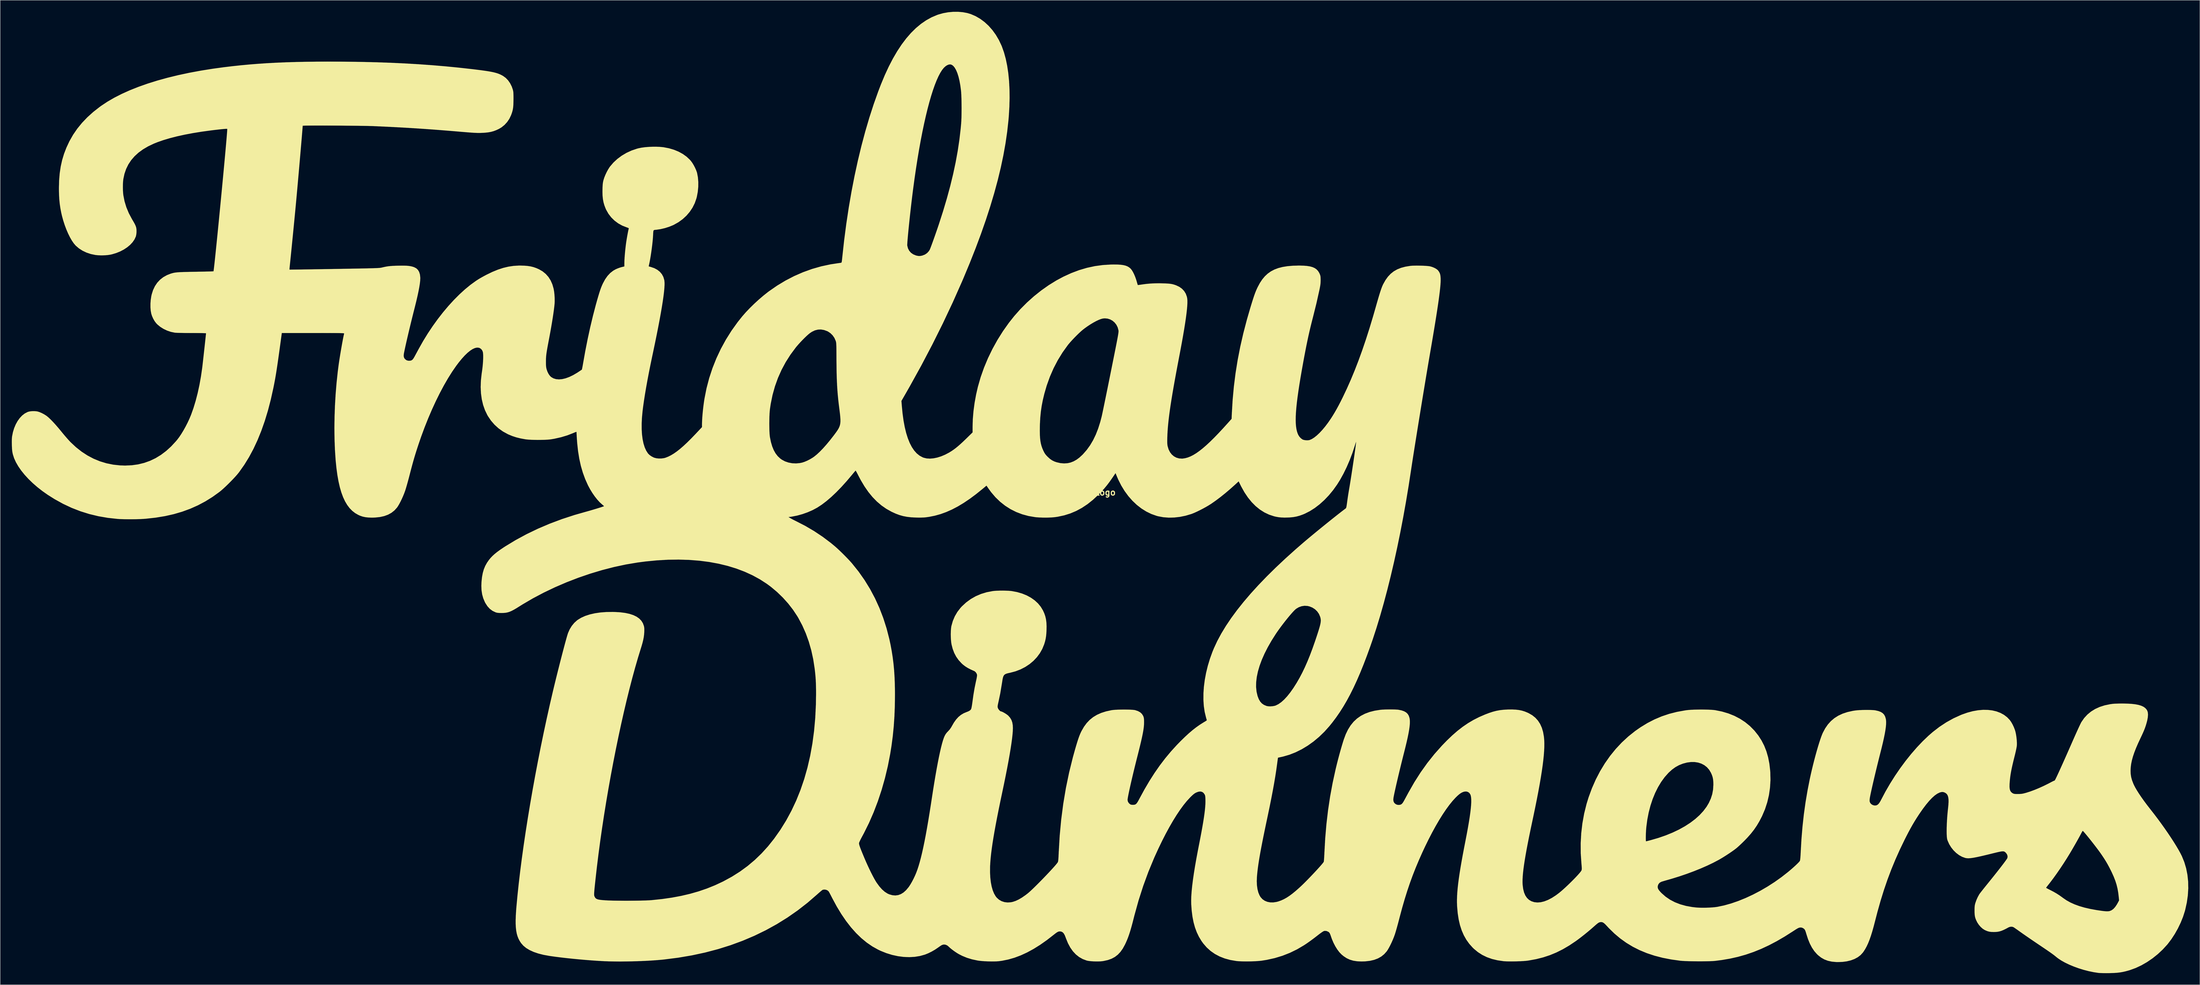
<source format=kicad_pcb>
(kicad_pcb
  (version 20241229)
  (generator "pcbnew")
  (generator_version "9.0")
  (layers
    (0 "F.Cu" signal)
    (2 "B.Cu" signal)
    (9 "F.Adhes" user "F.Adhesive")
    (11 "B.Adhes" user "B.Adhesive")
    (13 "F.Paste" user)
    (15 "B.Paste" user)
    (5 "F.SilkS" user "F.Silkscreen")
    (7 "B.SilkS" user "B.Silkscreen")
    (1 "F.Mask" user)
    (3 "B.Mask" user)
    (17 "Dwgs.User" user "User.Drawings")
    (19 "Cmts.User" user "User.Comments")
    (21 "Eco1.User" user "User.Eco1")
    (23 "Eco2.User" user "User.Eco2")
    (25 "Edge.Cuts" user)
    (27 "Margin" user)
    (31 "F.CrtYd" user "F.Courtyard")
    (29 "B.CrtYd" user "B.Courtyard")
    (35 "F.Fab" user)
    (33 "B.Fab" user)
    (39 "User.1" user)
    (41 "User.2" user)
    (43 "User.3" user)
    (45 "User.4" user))
  (footprint "FDLogo"
    (layer "F.Cu")
    (at 281.173 124.319)
    (property "Reference" "FDLogo" (at 0 0 0) (layer "F.SilkS") (effects (font (size 1.524 1.524) (thickness 0.3))))
    (attr through_hole)
    (fp_poly (pts (xy -35.381 -124.209) (xy -34.219 -123.991) (xy -33.33 -123.725) (xy -32.079 -123.187) (xy -30.886 -122.495) (xy -29.758 -121.658) (xy -28.704 -120.684) (xy -27.732 -119.582) (xy -26.849 -118.36) (xy -26.064 -117.026) (xy -25.384 -115.589) (xy -25.273 -115.318) (xy -24.737 -113.806) (xy -24.284 -112.154) (xy -23.915 -110.369) (xy -23.63 -108.459) (xy -23.43 -106.432) (xy -23.317 -104.294) (xy -23.289 -102.055) (xy -23.349 -99.721) (xy -23.497 -97.299) (xy -23.585 -96.266) (xy -23.909 -93.316) (xy -24.346 -90.296) (xy -24.899 -87.202) (xy -25.567 -84.031) (xy -26.353 -80.777) (xy -27.257 -77.439) (xy -28.28 -74.011) (xy -29.423 -70.49) (xy -30.688 -66.872) (xy -32.075 -63.153) (xy -33.586 -59.33) (xy -35.222 -55.398) (xy -35.559 -54.61) (xy -37.974 -49.167) (xy -40.544 -43.708) (xy -43.261 -38.25) (xy -46.115 -32.812) (xy -49.097 -27.414) (xy -49.98 -25.866) (xy -51.245 -23.664) (xy -51.145 -22.394) (xy -50.954 -20.409) (xy -50.703 -18.577) (xy -50.392 -16.899) (xy -50.023 -15.375) (xy -49.594 -14.007) (xy -49.106 -12.794) (xy -48.56 -11.738) (xy -47.956 -10.838) (xy -47.294 -10.096) (xy -46.574 -9.512) (xy -45.796 -9.087) (xy -45.483 -8.966) (xy -44.719 -8.786) (xy -43.869 -8.736) (xy -42.949 -8.813) (xy -41.978 -9.011) (xy -40.972 -9.327) (xy -39.948 -9.758) (xy -38.924 -10.297) (xy -38.284 -10.693) (xy -37.746 -11.062) (xy -37.201 -11.471) (xy -36.631 -11.936) (xy -36.015 -12.474) (xy -35.334 -13.102) (xy -34.567 -13.838) (xy -34.353 -14.046) (xy -32.851 -15.519) (xy -32.851 -15.902) (xy -15.482 -15.902) (xy -15.465 -14.933) (xy -15.417 -14.085) (xy -15.333 -13.333) (xy -15.211 -12.654) (xy -15.047 -12.025) (xy -14.837 -11.42) (xy -14.577 -10.818) (xy -14.508 -10.674) (xy -14.294 -10.259) (xy -14.083 -9.925) (xy -13.834 -9.612) (xy -13.502 -9.262) (xy -13.431 -9.191) (xy -12.865 -8.679) (xy -12.308 -8.292) (xy -11.706 -7.995) (xy -11.129 -7.794) (xy -10.162 -7.574) (xy -9.204 -7.494) (xy -8.283 -7.555) (xy -7.543 -7.721) (xy -6.755 -8.026) (xy -5.994 -8.451) (xy -5.241 -9.01) (xy -4.473 -9.716) (xy -4.293 -9.901) (xy -3.341 -10.992) (xy -2.479 -12.19) (xy -1.703 -13.502) (xy -1.01 -14.938) (xy -0.395 -16.506) (xy 0.146 -18.215) (xy 0.508 -19.6) (xy 0.567 -19.857) (xy 0.656 -20.268) (xy 0.773 -20.822) (xy 0.916 -21.506) (xy 1.082 -22.308) (xy 1.27 -23.218) (xy 1.476 -24.222) (xy 1.698 -25.31) (xy 1.934 -26.468) (xy 2.181 -27.686) (xy 2.436 -28.952) (xy 2.698 -30.253) (xy 2.887 -31.192) (xy 3.191 -32.708) (xy 3.463 -34.067) (xy 3.706 -35.278) (xy 3.92 -36.351) (xy 4.107 -37.294) (xy 4.269 -38.116) (xy 4.408 -38.827) (xy 4.525 -39.436) (xy 4.621 -39.951) (xy 4.7 -40.382) (xy 4.761 -40.739) (xy 4.808 -41.029) (xy 4.84 -41.262) (xy 4.861 -41.447) (xy 4.872 -41.594) (xy 4.875 -41.711) (xy 4.87 -41.808) (xy 4.86 -41.893) (xy 4.848 -41.967) (xy 4.644 -42.711) (xy 4.309 -43.375) (xy 3.862 -43.946) (xy 3.32 -44.41) (xy 2.702 -44.754) (xy 2.025 -44.965) (xy 1.307 -45.029) (xy 0.794 -44.981) (xy 0.313 -44.854) (xy -0.27 -44.626) (xy -0.932 -44.311) (xy -1.648 -43.922) (xy -2.396 -43.472) (xy -3.152 -42.974) (xy -3.892 -42.442) (xy -4.318 -42.112) (xy -4.787 -41.715) (xy -5.33 -41.216) (xy -5.917 -40.647) (xy -6.516 -40.04) (xy -7.098 -39.426) (xy -7.63 -38.837) (xy -8.082 -38.304) (xy -8.246 -38.098) (xy -9.602 -36.209) (xy -10.827 -34.214) (xy -11.92 -32.119) (xy -12.876 -29.928) (xy -13.695 -27.647) (xy -14.31 -25.527) (xy -14.695 -23.922) (xy -14.994 -22.39) (xy -15.215 -20.878) (xy -15.365 -19.333) (xy -15.452 -17.702) (xy -15.471 -17.014) (xy -15.482 -15.902) (xy -32.851 -15.902) (xy -32.851 -16.934) (xy -32.791 -18.938) (xy -32.616 -21.026) (xy -32.33 -23.165) (xy -31.937 -25.32) (xy -31.481 -27.305) (xy -30.77 -29.785) (xy -29.899 -32.256) (xy -28.878 -34.702) (xy -27.715 -37.103) (xy -26.42 -39.442) (xy -25.003 -41.701) (xy -23.472 -43.862) (xy -22.101 -45.593) (xy -20.499 -47.402) (xy -18.789 -49.12) (xy -16.987 -50.734) (xy -15.112 -52.231) (xy -13.177 -53.597) (xy -11.202 -54.819) (xy -9.376 -55.797) (xy -7.344 -56.726) (xy -5.317 -57.49) (xy -3.285 -58.09) (xy -1.235 -58.531) (xy 0.843 -58.814) (xy 2.962 -58.943) (xy 3.598 -58.952) (xy 4.563 -58.94) (xy 5.381 -58.891) (xy 6.071 -58.8) (xy 6.652 -58.664) (xy 7.143 -58.478) (xy 7.563 -58.235) (xy 7.932 -57.933) (xy 8.023 -57.843) (xy 8.31 -57.481) (xy 8.61 -56.983) (xy 8.908 -56.381) (xy 9.189 -55.704) (xy 9.439 -54.986) (xy 9.525 -54.699) (xy 9.639 -54.304) (xy 9.737 -53.975) (xy 9.808 -53.741) (xy 9.844 -53.634) (xy 9.845 -53.63) (xy 9.931 -53.637) (xy 10.151 -53.665) (xy 10.472 -53.711) (xy 10.86 -53.769) (xy 10.867 -53.77) (xy 11.99 -53.921) (xy 13.086 -54.022) (xy 14.207 -54.077) (xy 15.409 -54.088) (xy 16.139 -54.077) (xy 16.895 -54.055) (xy 17.514 -54.025) (xy 18.025 -53.984) (xy 18.461 -53.926) (xy 18.852 -53.847) (xy 19.23 -53.743) (xy 19.626 -53.608) (xy 19.776 -53.552) (xy 20.585 -53.168) (xy 21.272 -52.675) (xy 21.829 -52.08) (xy 22.251 -51.391) (xy 22.53 -50.617) (xy 22.614 -50.207) (xy 22.659 -49.718) (xy 22.664 -49.087) (xy 22.629 -48.315) (xy 22.552 -47.397) (xy 22.435 -46.333) (xy 22.277 -45.12) (xy 22.076 -43.755) (xy 21.834 -42.237) (xy 21.55 -40.563) (xy 21.223 -38.731) (xy 20.853 -36.739) (xy 20.604 -35.433) (xy 20.173 -33.173) (xy 19.779 -31.07) (xy 19.421 -29.114) (xy 19.098 -27.297) (xy 18.808 -25.61) (xy 18.55 -24.044) (xy 18.323 -22.591) (xy 18.126 -21.243) (xy 17.957 -19.99) (xy 17.815 -18.823) (xy 17.699 -17.734) (xy 17.607 -16.715) (xy 17.538 -15.757) (xy 17.491 -14.85) (xy 17.472 -14.309) (xy 17.457 -13.665) (xy 17.452 -13.159) (xy 17.46 -12.761) (xy 17.481 -12.438) (xy 17.517 -12.16) (xy 17.559 -11.938) (xy 17.805 -11.119) (xy 18.166 -10.405) (xy 18.63 -9.805) (xy 19.185 -9.329) (xy 19.82 -8.986) (xy 20.522 -8.786) (xy 21.282 -8.738) (xy 21.454 -8.749) (xy 22.099 -8.845) (xy 22.765 -9.027) (xy 23.46 -9.301) (xy 24.189 -9.671) (xy 24.958 -10.142) (xy 25.772 -10.718) (xy 26.639 -11.404) (xy 27.563 -12.204) (xy 28.552 -13.124) (xy 29.609 -14.168) (xy 30.743 -15.341) (xy 31.958 -16.647) (xy 33.028 -17.831) (xy 34.095 -19.024) (xy 34.154 -20.371) (xy 34.362 -23.893) (xy 34.68 -27.362) (xy 35.111 -30.801) (xy 35.66 -34.232) (xy 36.33 -37.677) (xy 37.126 -41.159) (xy 38.051 -44.7) (xy 38.94 -47.768) (xy 39.237 -48.743) (xy 39.495 -49.575) (xy 39.724 -50.286) (xy 39.928 -50.896) (xy 40.117 -51.426) (xy 40.297 -51.896) (xy 40.476 -52.327) (xy 40.661 -52.74) (xy 40.847 -53.131) (xy 41.41 -54.179) (xy 42.022 -55.101) (xy 42.693 -55.904) (xy 43.434 -56.593) (xy 44.254 -57.173) (xy 45.165 -57.65) (xy 46.176 -58.029) (xy 47.299 -58.315) (xy 48.544 -58.514) (xy 49.92 -58.632) (xy 51.44 -58.674) (xy 51.56 -58.674) (xy 52.643 -58.651) (xy 53.575 -58.578) (xy 54.37 -58.449) (xy 55.041 -58.259) (xy 55.6 -58.002) (xy 56.061 -57.673) (xy 56.438 -57.266) (xy 56.742 -56.776) (xy 56.911 -56.4) (xy 56.996 -56.157) (xy 57.052 -55.914) (xy 57.084 -55.623) (xy 57.098 -55.241) (xy 57.1 -54.906) (xy 57.094 -54.473) (xy 57.071 -54.079) (xy 57.025 -53.677) (xy 56.951 -53.221) (xy 56.844 -52.665) (xy 56.791 -52.409) (xy 56.009 -48.897) (xy 55.166 -45.508) (xy 54.833 -44.212) (xy 54.524 -42.966) (xy 54.233 -41.742) (xy 53.954 -40.51) (xy 53.682 -39.244) (xy 53.409 -37.915) (xy 53.13 -36.494) (xy 52.838 -34.954) (xy 52.622 -33.782) (xy 52.239 -31.649) (xy 51.899 -29.672) (xy 51.6 -27.847) (xy 51.344 -26.165) (xy 51.129 -24.621) (xy 50.954 -23.207) (xy 50.82 -21.918) (xy 50.726 -20.746) (xy 50.671 -19.684) (xy 50.655 -18.728) (xy 50.678 -17.869) (xy 50.739 -17.101) (xy 50.838 -16.417) (xy 50.974 -15.811) (xy 51.147 -15.277) (xy 51.344 -14.83) (xy 51.63 -14.39) (xy 51.999 -13.997) (xy 52.399 -13.705) (xy 52.481 -13.662) (xy 52.811 -13.556) (xy 53.235 -13.492) (xy 53.683 -13.475) (xy 54.083 -13.509) (xy 54.242 -13.546) (xy 54.823 -13.797) (xy 55.454 -14.197) (xy 56.127 -14.734) (xy 56.832 -15.399) (xy 57.56 -16.182) (xy 58.302 -17.073) (xy 59.046 -18.063) (xy 59.785 -19.14) (xy 60.214 -19.812) (xy 60.738 -20.677) (xy 61.248 -21.566) (xy 61.763 -22.514) (xy 62.302 -23.554) (xy 62.821 -24.596) (xy 63.881 -26.83) (xy 64.911 -29.153) (xy 65.915 -31.576) (xy 66.895 -34.108) (xy 67.856 -36.76) (xy 68.802 -39.544) (xy 69.737 -42.468) (xy 70.663 -45.544) (xy 71.298 -47.752) (xy 71.616 -48.872) (xy 71.896 -49.842) (xy 72.141 -50.677) (xy 72.358 -51.391) (xy 72.551 -51.998) (xy 72.724 -52.513) (xy 72.881 -52.949) (xy 73.028 -53.322) (xy 73.169 -53.644) (xy 73.28 -53.875) (xy 73.861 -54.908) (xy 74.501 -55.798) (xy 75.211 -56.552) (xy 76.004 -57.179) (xy 76.894 -57.688) (xy 77.893 -58.088) (xy 79.014 -58.386) (xy 80.268 -58.592) (xy 80.284 -58.594) (xy 80.715 -58.631) (xy 81.259 -58.654) (xy 81.882 -58.663) (xy 82.548 -58.659) (xy 83.224 -58.644) (xy 83.876 -58.618) (xy 84.467 -58.582) (xy 84.965 -58.536) (xy 85.334 -58.482) (xy 85.386 -58.471) (xy 85.935 -58.312) (xy 86.465 -58.095) (xy 86.934 -57.841) (xy 87.301 -57.571) (xy 87.457 -57.409) (xy 87.709 -57.059) (xy 87.888 -56.721) (xy 88.007 -56.352) (xy 88.079 -55.91) (xy 88.117 -55.352) (xy 88.122 -55.199) (xy 88.123 -54.74) (xy 88.099 -54.18) (xy 88.051 -53.515) (xy 87.978 -52.74) (xy 87.879 -51.85) (xy 87.753 -50.84) (xy 87.6 -49.706) (xy 87.419 -48.444) (xy 87.209 -47.048) (xy 86.97 -45.513) (xy 86.701 -43.836) (xy 86.401 -42.011) (xy 86.071 -40.034) (xy 85.708 -37.9) (xy 85.334 -35.729) (xy 85.156 -34.694) (xy 84.958 -33.53) (xy 84.742 -32.253) (xy 84.512 -30.877) (xy 84.268 -29.417) (xy 84.015 -27.886) (xy 83.753 -26.299) (xy 83.485 -24.67) (xy 83.214 -23.014) (xy 82.942 -21.346) (xy 82.671 -19.678) (xy 82.403 -18.027) (xy 82.141 -16.405) (xy 81.888 -14.828) (xy 81.645 -13.31) (xy 81.415 -11.865) (xy 81.2 -10.507) (xy 81.002 -9.252) (xy 80.824 -8.113) (xy 80.669 -7.104) (xy 80.538 -6.24) (xy 80.479 -5.842) (xy 79.842 -1.699) (xy 79.163 2.388) (xy 78.445 6.409) (xy 77.689 10.354) (xy 76.898 14.213) (xy 76.074 17.978) (xy 75.218 21.638) (xy 74.335 25.183) (xy 73.425 28.605) (xy 72.491 31.893) (xy 71.535 35.038) (xy 70.559 38.031) (xy 69.919 39.877) (xy 69.04 42.296) (xy 68.175 44.558) (xy 67.318 46.672) (xy 66.464 48.649) (xy 65.608 50.498) (xy 64.744 52.231) (xy 63.868 53.858) (xy 62.974 55.389) (xy 62.056 56.834) (xy 61.11 58.204) (xy 60.129 59.509) (xy 59.38 60.438) (xy 58.084 61.889) (xy 56.71 63.22) (xy 55.269 64.425) (xy 53.771 65.496) (xy 52.228 66.428) (xy 50.649 67.213) (xy 49.045 67.844) (xy 47.428 68.315) (xy 46.99 68.414) (xy 46.626 68.492) (xy 46.33 68.557) (xy 46.137 68.603) (xy 46.08 68.619) (xy 46.063 68.704) (xy 46.028 68.932) (xy 45.98 69.276) (xy 45.92 69.711) (xy 45.855 70.21) (xy 45.845 70.281) (xy 45.632 71.818) (xy 45.377 73.471) (xy 45.077 75.246) (xy 44.732 77.152) (xy 44.341 79.196) (xy 43.901 81.385) (xy 43.411 83.728) (xy 43.383 83.862) (xy 42.982 85.759) (xy 42.619 87.502) (xy 42.292 89.101) (xy 42.001 90.567) (xy 41.742 91.91) (xy 41.514 93.14) (xy 41.315 94.269) (xy 41.144 95.306) (xy 40.998 96.261) (xy 40.876 97.146) (xy 40.775 97.97) (xy 40.695 98.744) (xy 40.639 99.393) (xy 40.592 100.56) (xy 40.639 101.641) (xy 40.776 102.624) (xy 41.001 103.495) (xy 41.312 104.241) (xy 41.587 104.692) (xy 42.067 105.222) (xy 42.65 105.627) (xy 43.322 105.903) (xy 44.069 106.047) (xy 44.875 106.056) (xy 45.728 105.926) (xy 46.228 105.788) (xy 46.924 105.536) (xy 47.613 105.221) (xy 48.312 104.832) (xy 49.037 104.357) (xy 49.806 103.786) (xy 50.636 103.105) (xy 51.544 102.305) (xy 51.911 101.968) (xy 52.338 101.565) (xy 52.819 101.096) (xy 53.34 100.574) (xy 53.89 100.014) (xy 54.453 99.431) (xy 55.017 98.84) (xy 55.568 98.254) (xy 56.092 97.688) (xy 56.575 97.157) (xy 57.005 96.676) (xy 57.368 96.258) (xy 57.65 95.918) (xy 57.837 95.671) (xy 57.913 95.543) (xy 57.939 95.402) (xy 57.968 95.119) (xy 58 94.717) (xy 58.031 94.224) (xy 58.061 93.666) (xy 58.08 93.239) (xy 58.292 89.449) (xy 58.608 85.769) (xy 59.03 82.174) (xy 59.563 78.635) (xy 60.21 75.128) (xy 60.976 71.624) (xy 61.302 70.273) (xy 61.601 69.098) (xy 61.919 67.902) (xy 62.244 66.726) (xy 62.567 65.608) (xy 62.875 64.587) (xy 63.085 63.923) (xy 63.593 62.558) (xy 64.182 61.337) (xy 64.859 60.257) (xy 65.629 59.313) (xy 66.499 58.499) (xy 67.474 57.813) (xy 68.559 57.248) (xy 69.761 56.8) (xy 71.086 56.465) (xy 72.539 56.237) (xy 72.662 56.224) (xy 73.092 56.188) (xy 73.63 56.162) (xy 74.237 56.146) (xy 74.878 56.138) (xy 75.515 56.14) (xy 76.114 56.151) (xy 76.637 56.171) (xy 77.048 56.2) (xy 77.216 56.221) (xy 78.021 56.387) (xy 78.678 56.616) (xy 79.199 56.916) (xy 79.597 57.298) (xy 79.883 57.771) (xy 80.071 58.345) (xy 80.084 58.403) (xy 80.148 58.84) (xy 80.17 59.355) (xy 80.147 59.959) (xy 80.078 60.659) (xy 79.963 61.466) (xy 79.799 62.389) (xy 79.585 63.437) (xy 79.319 64.619) (xy 79 65.944) (xy 78.722 67.055) (xy 78.398 68.333) (xy 78.078 69.617) (xy 77.764 70.893) (xy 77.461 72.143) (xy 77.173 73.35) (xy 76.903 74.497) (xy 76.655 75.569) (xy 76.434 76.549) (xy 76.242 77.42) (xy 76.085 78.165) (xy 75.966 78.767) (xy 75.938 78.916) (xy 75.88 79.441) (xy 75.922 79.859) (xy 76.072 80.207) (xy 76.208 80.388) (xy 76.574 80.683) (xy 77.016 80.829) (xy 77.447 80.834) (xy 77.736 80.776) (xy 77.977 80.661) (xy 78.196 80.463) (xy 78.42 80.158) (xy 78.675 79.722) (xy 78.706 79.664) (xy 78.905 79.297) (xy 79.157 78.831) (xy 79.433 78.319) (xy 79.707 77.812) (xy 79.8 77.639) (xy 81.332 74.955) (xy 82.957 72.406) (xy 84.683 69.986) (xy 86.516 67.684) (xy 88.462 65.493) (xy 89.74 64.174) (xy 91.128 62.847) (xy 92.486 61.666) (xy 93.838 60.617) (xy 95.205 59.686) (xy 96.608 58.856) (xy 98.07 58.115) (xy 99.61 57.446) (xy 100.669 57.044) (xy 101.634 56.729) (xy 102.548 56.494) (xy 103.456 56.327) (xy 104.4 56.22) (xy 105.426 56.162) (xy 105.496 56.16) (xy 106.569 56.149) (xy 107.512 56.19) (xy 108.355 56.288) (xy 109.13 56.448) (xy 109.868 56.677) (xy 110.603 56.98) (xy 110.885 57.114) (xy 111.806 57.65) (xy 112.603 58.291) (xy 113.278 59.041) (xy 113.835 59.903) (xy 114.274 60.882) (xy 114.598 61.981) (xy 114.81 63.203) (xy 114.885 64.026) (xy 114.917 64.872) (xy 114.91 65.811) (xy 114.864 66.85) (xy 114.778 67.993) (xy 114.65 69.246) (xy 114.481 70.615) (xy 114.269 72.105) (xy 114.014 73.722) (xy 113.714 75.47) (xy 113.369 77.357) (xy 112.979 79.386) (xy 112.542 81.564) (xy 112.057 83.896) (xy 111.807 85.071) (xy 111.376 87.115) (xy 110.987 89.002) (xy 110.642 90.74) (xy 110.338 92.335) (xy 110.075 93.795) (xy 109.852 95.127) (xy 109.667 96.337) (xy 109.519 97.432) (xy 109.408 98.42) (xy 109.332 99.307) (xy 109.291 100.1) (xy 109.282 100.806) (xy 109.306 101.433) (xy 109.315 101.554) (xy 109.451 102.595) (xy 109.682 103.498) (xy 110.008 104.262) (xy 110.432 104.891) (xy 110.954 105.387) (xy 111.575 105.751) (xy 112.298 105.985) (xy 112.336 105.993) (xy 113.142 106.078) (xy 114.005 106.007) (xy 114.92 105.783) (xy 115.881 105.407) (xy 116.884 104.881) (xy 117.922 104.208) (xy 118.745 103.589) (xy 119.222 103.195) (xy 119.748 102.737) (xy 120.308 102.229) (xy 120.887 101.688) (xy 121.471 101.127) (xy 122.045 100.561) (xy 122.595 100.006) (xy 123.105 99.475) (xy 123.561 98.984) (xy 123.948 98.548) (xy 124.252 98.181) (xy 124.458 97.898) (xy 124.549 97.723) (xy 124.585 97.555) (xy 124.601 97.335) (xy 124.596 97.036) (xy 124.569 96.629) (xy 124.521 96.087) (xy 124.513 96.004) (xy 124.336 93.372) (xy 124.32 90.75) (xy 124.402 89.266) (xy 141.14 89.266) (xy 141.142 89.681) (xy 141.154 90.001) (xy 141.176 90.2) (xy 141.203 90.254) (xy 141.304 90.234) (xy 141.537 90.177) (xy 141.87 90.093) (xy 142.273 89.988) (xy 142.409 89.952) (xy 144.398 89.375) (xy 146.282 88.724) (xy 148.055 88.002) (xy 149.713 87.213) (xy 151.247 86.361) (xy 152.652 85.451) (xy 153.922 84.486) (xy 155.05 83.47) (xy 156.03 82.407) (xy 156.857 81.302) (xy 157.426 80.345) (xy 157.951 79.204) (xy 158.318 78.057) (xy 158.536 76.871) (xy 158.612 75.616) (xy 158.612 75.523) (xy 158.593 74.793) (xy 158.531 74.177) (xy 158.416 73.626) (xy 158.236 73.087) (xy 157.986 72.517) (xy 157.527 71.743) (xy 156.956 71.088) (xy 156.284 70.557) (xy 155.52 70.152) (xy 154.677 69.878) (xy 153.764 69.737) (xy 152.793 69.734) (xy 151.775 69.871) (xy 150.72 70.152) (xy 150.712 70.155) (xy 149.727 70.547) (xy 148.81 71.051) (xy 147.935 71.685) (xy 147.071 72.468) (xy 146.993 72.547) (xy 146.019 73.643) (xy 145.118 74.881) (xy 144.296 76.25) (xy 143.556 77.738) (xy 142.905 79.332) (xy 142.347 81.02) (xy 141.887 82.79) (xy 141.53 84.63) (xy 141.28 86.528) (xy 141.265 86.689) (xy 141.223 87.184) (xy 141.19 87.715) (xy 141.165 88.257) (xy 141.148 88.783) (xy 141.14 89.266) (xy 124.402 89.266) (xy 124.463 88.149) (xy 124.764 85.579) (xy 125.223 83.05) (xy 125.837 80.574) (xy 126.363 78.867) (xy 127.227 76.517) (xy 128.217 74.269) (xy 129.328 72.126) (xy 130.559 70.093) (xy 131.906 68.174) (xy 133.366 66.373) (xy 134.935 64.695) (xy 136.612 63.143) (xy 138.392 61.721) (xy 139.785 60.749) (xy 141.577 59.655) (xy 143.4 58.717) (xy 145.269 57.927) (xy 147.202 57.279) (xy 149.215 56.768) (xy 151.324 56.387) (xy 151.723 56.331) (xy 152.279 56.272) (xy 152.959 56.226) (xy 153.73 56.192) (xy 154.559 56.172) (xy 155.417 56.164) (xy 156.27 56.169) (xy 157.087 56.188) (xy 157.837 56.219) (xy 158.487 56.263) (xy 159.007 56.319) (xy 159.089 56.332) (xy 160.832 56.685) (xy 162.48 57.173) (xy 164.028 57.793) (xy 165.474 58.544) (xy 166.815 59.424) (xy 168.047 60.431) (xy 169.167 61.564) (xy 169.258 61.668) (xy 170.221 62.881) (xy 171.049 64.164) (xy 171.746 65.525) (xy 172.315 66.974) (xy 172.758 68.519) (xy 173.08 70.169) (xy 173.284 71.934) (xy 173.32 72.44) (xy 173.363 74.42) (xy 173.245 76.37) (xy 172.969 78.28) (xy 172.536 80.142) (xy 171.949 81.947) (xy 171.209 83.685) (xy 171.164 83.778) (xy 170.519 85.026) (xy 169.844 86.168) (xy 169.113 87.24) (xy 168.298 88.279) (xy 167.373 89.322) (xy 166.628 90.093) (xy 166.179 90.536) (xy 165.722 90.976) (xy 165.284 91.385) (xy 164.896 91.737) (xy 164.587 92.004) (xy 164.507 92.069) (xy 163.969 92.477) (xy 163.319 92.94) (xy 162.595 93.431) (xy 161.837 93.926) (xy 161.082 94.4) (xy 160.368 94.827) (xy 159.978 95.05) (xy 158.561 95.796) (xy 157.001 96.542) (xy 155.322 97.276) (xy 153.55 97.989) (xy 151.71 98.67) (xy 149.828 99.311) (xy 147.929 99.9) (xy 147.155 100.124) (xy 146.627 100.274) (xy 146.133 100.417) (xy 145.704 100.544) (xy 145.372 100.645) (xy 145.168 100.711) (xy 145.154 100.716) (xy 144.728 100.953) (xy 144.423 101.308) (xy 144.262 101.697) (xy 144.211 102.014) (xy 144.242 102.316) (xy 144.368 102.628) (xy 144.6 102.973) (xy 144.952 103.376) (xy 145.238 103.67) (xy 146.265 104.573) (xy 147.409 105.354) (xy 148.67 106.013) (xy 150.047 106.549) (xy 151.54 106.962) (xy 153.149 107.253) (xy 154.114 107.364) (xy 154.823 107.41) (xy 155.631 107.431) (xy 156.495 107.429) (xy 157.369 107.403) (xy 158.21 107.356) (xy 158.973 107.29) (xy 159.615 107.204) (xy 159.649 107.198) (xy 161.398 106.831) (xy 163.209 106.323) (xy 165.066 105.682) (xy 166.951 104.916) (xy 168.847 104.035) (xy 170.739 103.046) (xy 172.607 101.957) (xy 174.437 100.778) (xy 176.21 99.517) (xy 177.911 98.182) (xy 178.159 97.976) (xy 178.756 97.468) (xy 179.312 96.978) (xy 179.814 96.522) (xy 180.246 96.112) (xy 180.593 95.764) (xy 180.84 95.491) (xy 180.973 95.308) (xy 180.983 95.286) (xy 181.031 95.088) (xy 181.077 94.729) (xy 181.121 94.217) (xy 181.162 93.562) (xy 181.186 93.078) (xy 181.379 89.699) (xy 181.649 86.44) (xy 181.999 83.268) (xy 182.434 80.151) (xy 182.957 77.054) (xy 183.517 74.21) (xy 183.785 72.978) (xy 184.073 71.726) (xy 184.376 70.472) (xy 184.69 69.233) (xy 185.01 68.028) (xy 185.331 66.873) (xy 185.647 65.786) (xy 185.954 64.785) (xy 186.247 63.888) (xy 186.521 63.111) (xy 186.771 62.473) (xy 186.902 62.176) (xy 187.507 61.037) (xy 188.202 60.03) (xy 188.994 59.151) (xy 189.888 58.395) (xy 190.892 57.758) (xy 192.011 57.235) (xy 193.252 56.823) (xy 194.621 56.516) (xy 195.216 56.421) (xy 195.721 56.364) (xy 196.331 56.319) (xy 197.01 56.288) (xy 197.722 56.27) (xy 198.434 56.266) (xy 199.109 56.276) (xy 199.712 56.3) (xy 200.208 56.338) (xy 200.491 56.377) (xy 201.263 56.558) (xy 201.887 56.796) (xy 202.376 57.106) (xy 202.745 57.501) (xy 203.007 57.992) (xy 203.178 58.593) (xy 203.22 58.837) (xy 203.259 59.33) (xy 203.248 59.932) (xy 203.185 60.649) (xy 203.07 61.489) (xy 202.901 62.458) (xy 202.677 63.563) (xy 202.397 64.809) (xy 202.06 66.204) (xy 201.845 67.056) (xy 201.539 68.263) (xy 201.234 69.486) (xy 200.932 70.709) (xy 200.639 71.916) (xy 200.358 73.089) (xy 200.092 74.214) (xy 199.847 75.273) (xy 199.624 76.251) (xy 199.429 77.13) (xy 199.264 77.896) (xy 199.135 78.53) (xy 199.044 79.018) (xy 199.041 79.036) (xy 198.996 79.406) (xy 198.984 79.752) (xy 199.002 79.962) (xy 199.153 80.334) (xy 199.431 80.645) (xy 199.798 80.87) (xy 200.218 80.987) (xy 200.629 80.976) (xy 200.923 80.875) (xy 201.197 80.678) (xy 201.467 80.366) (xy 201.749 79.921) (xy 201.986 79.475) (xy 203.085 77.391) (xy 204.278 75.331) (xy 205.553 73.309) (xy 206.896 71.344) (xy 208.296 69.452) (xy 209.739 67.65) (xy 211.212 65.953) (xy 212.703 64.379) (xy 214.2 62.945) (xy 215.314 61.974) (xy 217.036 60.644) (xy 218.827 59.463) (xy 220.68 58.436) (xy 222.588 57.566) (xy 222.86 57.457) (xy 224.268 56.962) (xy 225.648 56.595) (xy 226.99 56.356) (xy 228.285 56.243) (xy 229.523 56.256) (xy 230.696 56.394) (xy 231.793 56.655) (xy 232.806 57.039) (xy 233.726 57.544) (xy 234.542 58.169) (xy 235.207 58.867) (xy 235.571 59.379) (xy 235.929 60.005) (xy 236.256 60.692) (xy 236.525 61.385) (xy 236.677 61.893) (xy 236.816 62.541) (xy 236.929 63.265) (xy 237.009 64.01) (xy 237.052 64.715) (xy 237.05 65.325) (xy 237.046 65.398) (xy 237.002 65.763) (xy 236.909 66.281) (xy 236.768 66.941) (xy 236.582 67.735) (xy 236.436 68.324) (xy 236.151 69.468) (xy 235.913 70.475) (xy 235.715 71.37) (xy 235.554 72.18) (xy 235.425 72.929) (xy 235.323 73.642) (xy 235.245 74.345) (xy 235.184 75.062) (xy 235.16 75.438) (xy 235.144 76.13) (xy 235.194 76.684) (xy 235.318 77.12) (xy 235.522 77.46) (xy 235.814 77.723) (xy 235.994 77.832) (xy 236.166 77.914) (xy 236.342 77.967) (xy 236.563 77.998) (xy 236.869 78.011) (xy 237.298 78.012) (xy 237.363 78.011) (xy 237.826 78.002) (xy 238.201 77.976) (xy 238.547 77.925) (xy 238.928 77.84) (xy 239.402 77.712) (xy 239.449 77.699) (xy 240.474 77.375) (xy 241.597 76.961) (xy 242.783 76.471) (xy 243.997 75.919) (xy 245.204 75.322) (xy 245.794 75.011) (xy 246.156 74.821) (xy 246.468 74.667) (xy 246.698 74.565) (xy 246.814 74.529) (xy 246.818 74.529) (xy 246.875 74.457) (xy 246.997 74.235) (xy 247.182 73.866) (xy 247.426 73.356) (xy 247.728 72.709) (xy 248.085 71.93) (xy 248.496 71.024) (xy 248.959 69.996) (xy 249.47 68.851) (xy 250.028 67.592) (xy 250.631 66.226) (xy 251.277 64.757) (xy 251.505 64.237) (xy 251.864 63.422) (xy 252.214 62.635) (xy 252.549 61.892) (xy 252.859 61.212) (xy 253.136 60.611) (xy 253.374 60.107) (xy 253.563 59.718) (xy 253.696 59.461) (xy 253.728 59.405) (xy 254.437 58.38) (xy 255.265 57.476) (xy 256.21 56.694) (xy 257.272 56.034) (xy 258.453 55.495) (xy 259.751 55.079) (xy 261.167 54.783) (xy 261.787 54.697) (xy 262.099 54.67) (xy 262.54 54.646) (xy 263.07 54.627) (xy 263.648 54.615) (xy 264.235 54.61) (xy 264.267 54.61) (xy 265.544 54.631) (xy 266.665 54.695) (xy 267.638 54.805) (xy 268.47 54.963) (xy 269.168 55.172) (xy 269.742 55.433) (xy 270.199 55.749) (xy 270.547 56.122) (xy 270.773 56.508) (xy 270.899 56.955) (xy 270.936 57.525) (xy 270.884 58.199) (xy 270.744 58.958) (xy 270.685 59.197) (xy 270.522 59.802) (xy 270.352 60.36) (xy 270.165 60.904) (xy 269.948 61.466) (xy 269.687 62.079) (xy 269.371 62.775) (xy 268.988 63.585) (xy 268.358 64.936) (xy 267.827 66.168) (xy 267.39 67.298) (xy 267.04 68.339) (xy 266.775 69.309) (xy 266.588 70.223) (xy 266.476 71.096) (xy 266.433 71.945) (xy 266.432 71.984) (xy 266.466 72.83) (xy 266.588 73.636) (xy 266.809 74.448) (xy 267.14 75.312) (xy 267.29 75.65) (xy 267.619 76.297) (xy 268.056 77.051) (xy 268.59 77.897) (xy 269.212 78.819) (xy 269.911 79.804) (xy 270.678 80.835) (xy 271.502 81.898) (xy 271.616 82.042) (xy 272.534 83.216) (xy 273.446 84.421) (xy 274.343 85.641) (xy 275.214 86.862) (xy 276.048 88.066) (xy 276.835 89.239) (xy 277.564 90.364) (xy 278.224 91.426) (xy 278.805 92.408) (xy 279.296 93.296) (xy 279.687 94.072) (xy 279.703 94.108) (xy 280.324 95.634) (xy 280.799 97.237) (xy 281.128 98.908) (xy 281.311 100.637) (xy 281.346 102.414) (xy 281.234 104.229) (xy 280.974 106.071) (xy 280.564 107.932) (xy 280.466 108.3) (xy 279.995 109.774) (xy 279.391 111.276) (xy 278.674 112.768) (xy 277.863 114.212) (xy 276.979 115.57) (xy 276.042 116.805) (xy 275.907 116.967) (xy 274.735 118.244) (xy 273.464 119.43) (xy 272.111 120.513) (xy 270.695 121.48) (xy 269.234 122.319) (xy 267.748 123.016) (xy 266.255 123.56) (xy 265.938 123.655) (xy 265.165 123.865) (xy 264.451 124.028) (xy 263.755 124.151) (xy 263.036 124.238) (xy 262.253 124.295) (xy 261.366 124.328) (xy 260.816 124.338) (xy 260.203 124.342) (xy 259.607 124.339) (xy 259.062 124.33) (xy 258.603 124.316) (xy 258.262 124.296) (xy 258.149 124.286) (xy 256.884 124.093) (xy 255.589 123.823) (xy 254.288 123.484) (xy 253.004 123.085) (xy 251.761 122.634) (xy 250.581 122.141) (xy 249.488 121.615) (xy 248.506 121.063) (xy 247.657 120.495) (xy 247.269 120.191) (xy 247.028 119.992) (xy 246.782 119.795) (xy 246.516 119.591) (xy 246.216 119.369) (xy 245.867 119.118) (xy 245.454 118.828) (xy 244.963 118.489) (xy 244.378 118.09) (xy 243.685 117.621) (xy 242.869 117.071) (xy 242.65 116.923) (xy 241.922 116.432) (xy 241.178 115.926) (xy 240.441 115.422) (xy 239.737 114.938) (xy 239.09 114.49) (xy 238.525 114.096) (xy 238.068 113.773) (xy 237.934 113.677) (xy 237.473 113.347) (xy 237.046 113.045) (xy 236.675 112.786) (xy 236.385 112.587) (xy 236.198 112.465) (xy 236.156 112.44) (xy 235.782 112.328) (xy 235.359 112.342) (xy 234.947 112.479) (xy 234.908 112.5) (xy 234.194 112.885) (xy 233.587 113.181) (xy 233.052 113.4) (xy 232.557 113.552) (xy 232.069 113.647) (xy 231.557 113.695) (xy 231.057 113.707) (xy 230.417 113.685) (xy 229.877 113.609) (xy 229.374 113.464) (xy 228.845 113.237) (xy 228.727 113.179) (xy 228.21 112.847) (xy 227.697 112.389) (xy 227.226 111.845) (xy 226.834 111.253) (xy 226.765 111.125) (xy 226.517 110.615) (xy 226.338 110.155) (xy 226.218 109.701) (xy 226.148 109.205) (xy 226.118 108.62) (xy 226.114 108.119) (xy 226.12 107.601) (xy 226.137 107.205) (xy 226.169 106.885) (xy 226.223 106.595) (xy 226.303 106.288) (xy 226.345 106.148) (xy 226.598 105.433) (xy 226.922 104.707) (xy 227.281 104.047) (xy 227.402 103.856) (xy 227.507 103.711) (xy 227.706 103.452) (xy 227.983 103.098) (xy 228.325 102.665) (xy 228.643 102.266) (xy 244.602 102.266) (xy 244.674 102.323) (xy 244.869 102.438) (xy 245.161 102.595) (xy 245.52 102.779) (xy 245.597 102.817) (xy 246.518 103.294) (xy 247.333 103.764) (xy 248.1 104.26) (xy 248.875 104.82) (xy 248.959 104.884) (xy 249.863 105.505) (xy 250.862 106.064) (xy 251.967 106.563) (xy 253.188 107.007) (xy 254.536 107.399) (xy 256.019 107.742) (xy 257.65 108.039) (xy 258.995 108.237) (xy 259.641 108.314) (xy 260.151 108.354) (xy 260.555 108.356) (xy 260.883 108.321) (xy 261.068 108.279) (xy 261.552 108.074) (xy 262.011 107.733) (xy 262.453 107.245) (xy 262.888 106.602) (xy 263.13 106.172) (xy 263.468 105.537) (xy 263.393 104.733) (xy 263.258 103.569) (xy 263.07 102.492) (xy 262.82 101.462) (xy 262.494 100.44) (xy 262.082 99.385) (xy 261.573 98.258) (xy 261.365 97.832) (xy 260.914 96.943) (xy 260.481 96.144) (xy 260.039 95.385) (xy 259.559 94.621) (xy 259.011 93.802) (xy 258.681 93.325) (xy 258.377 92.9) (xy 258.019 92.413) (xy 257.62 91.882) (xy 257.191 91.321) (xy 256.745 90.746) (xy 256.296 90.173) (xy 255.855 89.618) (xy 255.436 89.098) (xy 255.05 88.626) (xy 254.711 88.221) (xy 254.431 87.897) (xy 254.223 87.67) (xy 254.1 87.556) (xy 254.077 87.545) (xy 254.005 87.615) (xy 253.885 87.8) (xy 253.744 88.059) (xy 253.736 88.075) (xy 253.516 88.498) (xy 253.224 89.039) (xy 252.876 89.671) (xy 252.487 90.366) (xy 252.072 91.097) (xy 251.647 91.836) (xy 251.228 92.557) (xy 250.829 93.231) (xy 250.761 93.345) (xy 249.947 94.672) (xy 249.092 96.01) (xy 248.216 97.329) (xy 247.338 98.602) (xy 246.478 99.798) (xy 245.657 100.888) (xy 245.139 101.545) (xy 244.913 101.83) (xy 244.734 102.065) (xy 244.625 102.222) (xy 244.602 102.266) (xy 228.643 102.266) (xy 228.718 102.172) (xy 229.148 101.637) (xy 229.516 101.182) (xy 230.348 100.15) (xy 231.123 99.183) (xy 231.834 98.286) (xy 232.477 97.467) (xy 233.046 96.734) (xy 233.536 96.092) (xy 233.94 95.55) (xy 234.255 95.115) (xy 234.473 94.794) (xy 234.59 94.593) (xy 234.604 94.557) (xy 234.654 94.139) (xy 234.548 93.714) (xy 234.295 93.313) (xy 234.197 93.207) (xy 234.051 93.067) (xy 233.911 92.958) (xy 233.759 92.883) (xy 233.578 92.841) (xy 233.347 92.834) (xy 233.049 92.863) (xy 232.666 92.929) (xy 232.179 93.034) (xy 231.569 93.177) (xy 230.819 93.361) (xy 230.59 93.418) (xy 229.421 93.704) (xy 228.402 93.948) (xy 227.52 94.151) (xy 226.761 94.315) (xy 226.112 94.442) (xy 225.56 94.535) (xy 225.092 94.596) (xy 224.693 94.627) (xy 224.351 94.63) (xy 224.053 94.607) (xy 223.785 94.56) (xy 223.7 94.54) (xy 222.894 94.251) (xy 222.108 93.813) (xy 221.362 93.247) (xy 220.674 92.571) (xy 220.066 91.807) (xy 219.556 90.975) (xy 219.164 90.094) (xy 219.062 89.789) (xy 218.994 89.456) (xy 218.946 88.976) (xy 218.917 88.368) (xy 218.906 87.654) (xy 218.914 86.854) (xy 218.939 85.988) (xy 218.981 85.076) (xy 219.039 84.141) (xy 219.114 83.201) (xy 219.203 82.277) (xy 219.254 81.83) (xy 219.35 80.884) (xy 219.396 80.087) (xy 219.388 79.424) (xy 219.322 78.882) (xy 219.197 78.447) (xy 219.008 78.105) (xy 218.754 77.841) (xy 218.431 77.643) (xy 218.337 77.601) (xy 217.981 77.494) (xy 217.627 77.488) (xy 217.219 77.584) (xy 217.048 77.645) (xy 216.453 77.939) (xy 215.81 78.396) (xy 215.119 79.013) (xy 214.381 79.792) (xy 213.597 80.731) (xy 212.766 81.83) (xy 211.889 83.088) (xy 211.796 83.227) (xy 211.199 84.139) (xy 210.639 85.035) (xy 210.098 85.946) (xy 209.559 86.903) (xy 209.003 87.937) (xy 208.414 89.079) (xy 208.035 89.831) (xy 206.8 92.394) (xy 205.658 94.946) (xy 204.6 97.513) (xy 203.617 100.122) (xy 202.7 102.799) (xy 201.838 105.57) (xy 201.023 108.461) (xy 200.406 110.843) (xy 200.034 112.278) (xy 199.674 113.558) (xy 199.32 114.697) (xy 198.966 115.707) (xy 198.608 116.603) (xy 198.24 117.397) (xy 197.857 118.103) (xy 197.454 118.734) (xy 197.241 119.03) (xy 196.653 119.674) (xy 195.931 120.226) (xy 195.086 120.683) (xy 194.128 121.041) (xy 193.069 121.295) (xy 191.919 121.442) (xy 190.689 121.479) (xy 190.331 121.469) (xy 189.214 121.365) (xy 188.208 121.144) (xy 187.295 120.799) (xy 186.456 120.322) (xy 185.672 119.705) (xy 185.371 119.419) (xy 184.698 118.649) (xy 184.092 117.751) (xy 183.551 116.717) (xy 183.069 115.537) (xy 182.662 114.279) (xy 182.514 113.78) (xy 182.388 113.416) (xy 182.27 113.156) (xy 182.14 112.971) (xy 181.983 112.83) (xy 181.782 112.703) (xy 181.772 112.697) (xy 181.477 112.566) (xy 181.182 112.531) (xy 181.012 112.542) (xy 180.849 112.568) (xy 180.674 112.623) (xy 180.464 112.719) (xy 180.195 112.87) (xy 179.843 113.087) (xy 179.385 113.384) (xy 179.179 113.519) (xy 177.058 114.867) (xy 174.995 116.07) (xy 172.974 117.133) (xy 170.977 118.064) (xy 168.989 118.869) (xy 166.991 119.554) (xy 164.969 120.125) (xy 162.903 120.59) (xy 160.779 120.953) (xy 159.046 121.174) (xy 158.577 121.213) (xy 157.965 121.243) (xy 157.24 121.266) (xy 156.428 121.281) (xy 155.557 121.289) (xy 154.655 121.289) (xy 153.749 121.281) (xy 152.866 121.267) (xy 152.034 121.246) (xy 151.282 121.217) (xy 150.635 121.182) (xy 150.122 121.14) (xy 150.046 121.132) (xy 147.707 120.806) (xy 145.494 120.374) (xy 143.402 119.831) (xy 141.424 119.175) (xy 139.553 118.402) (xy 137.783 117.51) (xy 136.107 116.495) (xy 134.518 115.354) (xy 133.011 114.084) (xy 131.577 112.682) (xy 131.014 112.074) (xy 130.616 111.657) (xy 130.281 111.369) (xy 129.981 111.197) (xy 129.69 111.128) (xy 129.38 111.147) (xy 129.242 111.177) (xy 129.068 111.238) (xy 128.871 111.347) (xy 128.629 111.52) (xy 128.318 111.775) (xy 127.916 112.127) (xy 127.784 112.245) (xy 127.015 112.921) (xy 126.166 113.637) (xy 125.28 114.359) (xy 124.4 115.051) (xy 123.567 115.681) (xy 123.055 116.053) (xy 121.368 117.185) (xy 119.704 118.162) (xy 118.04 118.995) (xy 116.353 119.693) (xy 114.619 120.264) (xy 112.817 120.719) (xy 110.923 121.067) (xy 110.554 121.121) (xy 110.058 121.176) (xy 109.433 121.223) (xy 108.715 121.261) (xy 107.939 121.29) (xy 107.143 121.308) (xy 106.362 121.314) (xy 105.633 121.309) (xy 104.992 121.29) (xy 104.475 121.259) (xy 104.379 121.25) (xy 102.833 121.024) (xy 101.403 120.68) (xy 100.084 120.214) (xy 98.869 119.623) (xy 97.751 118.904) (xy 96.725 118.055) (xy 96.393 117.734) (xy 95.52 116.759) (xy 94.76 115.698) (xy 94.109 114.545) (xy 93.564 113.29) (xy 93.121 111.926) (xy 92.779 110.444) (xy 92.533 108.836) (xy 92.382 107.093) (xy 92.373 106.934) (xy 92.344 106.131) (xy 92.344 105.28) (xy 92.374 104.371) (xy 92.434 103.395) (xy 92.526 102.342) (xy 92.652 101.202) (xy 92.812 99.966) (xy 93.008 98.623) (xy 93.241 97.165) (xy 93.512 95.58) (xy 93.823 93.86) (xy 94.175 91.995) (xy 94.522 90.212) (xy 94.866 88.425) (xy 95.166 86.796) (xy 95.42 85.32) (xy 95.63 83.991) (xy 95.797 82.805) (xy 95.919 81.756) (xy 95.999 80.84) (xy 96.037 80.051) (xy 96.033 79.384) (xy 95.987 78.834) (xy 95.901 78.397) (xy 95.797 78.11) (xy 95.529 77.723) (xy 95.166 77.468) (xy 94.73 77.354) (xy 94.241 77.389) (xy 94.123 77.42) (xy 93.73 77.564) (xy 93.342 77.773) (xy 92.935 78.065) (xy 92.481 78.459) (xy 91.989 78.939) (xy 91.196 79.805) (xy 90.369 80.828) (xy 89.514 81.998) (xy 88.635 83.307) (xy 87.738 84.747) (xy 86.828 86.31) (xy 85.91 87.986) (xy 84.99 89.767) (xy 84.072 91.645) (xy 83.398 93.091) (xy 82.499 95.112) (xy 81.667 97.094) (xy 80.894 99.066) (xy 80.168 101.057) (xy 79.481 103.095) (xy 78.822 105.208) (xy 78.181 107.426) (xy 77.549 109.778) (xy 77.387 110.405) (xy 77.199 111.126) (xy 77.001 111.86) (xy 76.804 112.573) (xy 76.617 113.232) (xy 76.448 113.802) (xy 76.308 114.25) (xy 76.278 114.342) (xy 76.028 115.033) (xy 75.732 115.761) (xy 75.406 116.491) (xy 75.067 117.19) (xy 74.731 117.825) (xy 74.415 118.362) (xy 74.165 118.726) (xy 73.517 119.45) (xy 72.766 120.053) (xy 71.907 120.538) (xy 70.936 120.905) (xy 69.849 121.158) (xy 68.641 121.296) (xy 67.666 121.327) (xy 66.556 121.278) (xy 65.562 121.126) (xy 64.662 120.861) (xy 63.833 120.477) (xy 63.05 119.964) (xy 62.49 119.499) (xy 61.941 118.925) (xy 61.401 118.212) (xy 60.89 117.39) (xy 60.425 116.491) (xy 60.024 115.544) (xy 59.853 115.062) (xy 59.69 114.585) (xy 59.559 114.241) (xy 59.441 114.001) (xy 59.323 113.834) (xy 59.186 113.711) (xy 59.078 113.64) (xy 58.617 113.439) (xy 58.169 113.407) (xy 57.933 113.459) (xy 57.761 113.546) (xy 57.488 113.719) (xy 57.142 113.96) (xy 56.754 114.246) (xy 56.473 114.464) (xy 55.454 115.253) (xy 54.488 115.971) (xy 53.597 116.602) (xy 52.832 117.112) (xy 51.025 118.177) (xy 49.166 119.085) (xy 47.246 119.841) (xy 45.255 120.447) (xy 43.185 120.907) (xy 41.868 121.119) (xy 41.248 121.188) (xy 40.51 121.243) (xy 39.691 121.283) (xy 38.828 121.307) (xy 37.958 121.316) (xy 37.119 121.308) (xy 36.347 121.284) (xy 35.681 121.242) (xy 35.302 121.203) (xy 33.751 120.937) (xy 32.313 120.544) (xy 30.986 120.025) (xy 29.769 119.378) (xy 28.661 118.603) (xy 27.66 117.699) (xy 26.765 116.666) (xy 26.293 116.005) (xy 25.643 114.923) (xy 25.091 113.768) (xy 24.632 112.528) (xy 24.263 111.189) (xy 23.98 109.737) (xy 23.78 108.161) (xy 23.66 106.468) (xy 23.645 105.512) (xy 23.681 104.41) (xy 23.769 103.163) (xy 23.91 101.767) (xy 24.103 100.221) (xy 24.349 98.523) (xy 24.648 96.672) (xy 25 94.664) (xy 25.406 92.499) (xy 25.654 91.228) (xy 25.986 89.531) (xy 26.278 87.987) (xy 26.531 86.589) (xy 26.747 85.325) (xy 26.928 84.186) (xy 27.073 83.163) (xy 27.186 82.245) (xy 27.266 81.423) (xy 27.317 80.688) (xy 27.339 80.028) (xy 27.334 79.488) (xy 27.318 79.032) (xy 27.294 78.705) (xy 27.256 78.468) (xy 27.198 78.28) (xy 27.112 78.102) (xy 27.093 78.067) (xy 26.795 77.677) (xy 26.424 77.439) (xy 25.984 77.355) (xy 25.476 77.424) (xy 24.923 77.636) (xy 24.654 77.782) (xy 24.39 77.961) (xy 24.101 78.198) (xy 23.757 78.516) (xy 23.368 78.901) (xy 22.532 79.808) (xy 21.667 80.874) (xy 20.778 82.09) (xy 19.867 83.45) (xy 18.941 84.945) (xy 18.003 86.569) (xy 17.058 88.313) (xy 16.11 90.17) (xy 15.164 92.133) (xy 14.224 94.194) (xy 14.055 94.577) (xy 12.582 98.134) (xy 11.245 101.789) (xy 10.042 105.544) (xy 8.973 109.401) (xy 8.805 110.067) (xy 8.49 111.302) (xy 8.196 112.391) (xy 7.916 113.357) (xy 7.641 114.221) (xy 7.367 115.005) (xy 7.084 115.73) (xy 6.786 116.417) (xy 6.522 116.977) (xy 5.965 117.992) (xy 5.357 118.851) (xy 4.683 119.567) (xy 3.929 120.149) (xy 3.081 120.607) (xy 2.124 120.952) (xy 1.045 121.194) (xy 0.697 121.248) (xy 0.188 121.298) (xy -0.413 121.321) (xy -1.063 121.319) (xy -1.721 121.294) (xy -2.344 121.247) (xy -2.89 121.181) (xy -3.316 121.097) (xy -3.372 121.081) (xy -4.386 120.7) (xy -5.315 120.175) (xy -6.159 119.505) (xy -6.92 118.69) (xy -7.599 117.727) (xy -8.195 116.618) (xy -8.711 115.36) (xy -8.775 115.176) (xy -9.007 114.579) (xy -9.247 114.135) (xy -9.507 113.828) (xy -9.799 113.642) (xy -10.016 113.578) (xy -10.283 113.545) (xy -10.528 113.562) (xy -10.778 113.643) (xy -11.064 113.801) (xy -11.414 114.048) (xy -11.858 114.398) (xy -11.874 114.411) (xy -13.646 115.789) (xy -15.376 117.007) (xy -17.072 118.069) (xy -18.738 118.978) (xy -20.381 119.737) (xy -22.007 120.348) (xy -23.623 120.815) (xy -25.236 121.141) (xy -26.02 121.25) (xy -26.592 121.296) (xy -27.289 121.32) (xy -28.068 121.321) (xy -28.886 121.303) (xy -29.7 121.266) (xy -30.468 121.211) (xy -31.146 121.14) (xy -31.579 121.075) (xy -33.005 120.768) (xy -34.312 120.37) (xy -35.528 119.871) (xy -36.42 119.414) (xy -36.887 119.133) (xy -37.394 118.797) (xy -37.9 118.434) (xy -38.368 118.074) (xy -38.758 117.744) (xy -38.989 117.52) (xy -39.401 117.177) (xy -39.847 116.98) (xy -40.303 116.935) (xy -40.746 117.048) (xy -40.749 117.05) (xy -40.926 117.15) (xy -41.199 117.326) (xy -41.528 117.552) (xy -41.825 117.767) (xy -42.587 118.28) (xy -43.432 118.767) (xy -44.297 119.194) (xy -45.117 119.528) (xy -45.144 119.538) (xy -46.428 119.901) (xy -47.787 120.123) (xy -49.204 120.205) (xy -50.665 120.148) (xy -52.152 119.954) (xy -53.652 119.626) (xy -55.148 119.163) (xy -56.624 118.57) (xy -57.277 118.26) (xy -58.762 117.43) (xy -60.204 116.44) (xy -61.603 115.288) (xy -62.958 113.975) (xy -64.272 112.5) (xy -65.544 110.862) (xy -66.774 109.061) (xy -67.963 107.096) (xy -69.111 104.967) (xy -69.193 104.807) (xy -69.426 104.35) (xy -69.642 103.935) (xy -69.825 103.589) (xy -69.962 103.342) (xy -70.031 103.226) (xy -70.311 102.962) (xy -70.688 102.786) (xy -71.107 102.713) (xy -71.512 102.76) (xy -71.584 102.785) (xy -71.714 102.866) (xy -71.944 103.045) (xy -72.251 103.3) (xy -72.613 103.613) (xy -73.007 103.965) (xy -73.05 104.004) (xy -75.502 106.127) (xy -78.051 108.111) (xy -80.698 109.957) (xy -83.442 111.665) (xy -86.284 113.234) (xy -89.223 114.664) (xy -92.26 115.957) (xy -95.395 117.111) (xy -98.627 118.126) (xy -101.957 119.004) (xy -105.384 119.743) (xy -108.909 120.343) (xy -112.532 120.806) (xy -113.03 120.858) (xy -114.345 120.976) (xy -115.795 121.079) (xy -117.344 121.166) (xy -118.961 121.236) (xy -120.61 121.288) (xy -122.258 121.321) (xy -123.872 121.334) (xy -125.418 121.327) (xy -126.861 121.298) (xy -128.106 121.25) (xy -129.592 121.167) (xy -131.168 121.06) (xy -132.801 120.933) (xy -134.461 120.788) (xy -136.115 120.629) (xy -137.732 120.459) (xy -139.279 120.281) (xy -140.726 120.098) (xy -142.04 119.913) (xy -142.24 119.883) (xy -143.735 119.61) (xy -145.082 119.269) (xy -146.279 118.862) (xy -147.325 118.388) (xy -148.219 117.85) (xy -148.958 117.246) (xy -149.542 116.578) (xy -149.558 116.556) (xy -149.914 116.007) (xy -150.215 115.431) (xy -150.461 114.812) (xy -150.655 114.137) (xy -150.798 113.391) (xy -150.892 112.56) (xy -150.94 111.63) (xy -150.943 110.587) (xy -150.902 109.416) (xy -150.82 108.103) (xy -150.748 107.206) (xy -150.479 104.295) (xy -150.155 101.239) (xy -149.78 98.052) (xy -149.355 94.75) (xy -148.883 91.346) (xy -148.366 87.854) (xy -147.808 84.291) (xy -147.21 80.669) (xy -146.574 77.003) (xy -145.904 73.309) (xy -145.201 69.6) (xy -144.469 65.891) (xy -143.709 62.196) (xy -142.924 58.53) (xy -142.117 54.908) (xy -141.342 51.564) (xy -141.082 50.473) (xy -140.807 49.335) (xy -140.52 48.164) (xy -140.225 46.974) (xy -139.926 45.78) (xy -139.627 44.595) (xy -139.331 43.434) (xy -139.041 42.31) (xy -138.762 41.238) (xy -138.497 40.232) (xy -138.25 39.306) (xy -138.024 38.474) (xy -137.823 37.75) (xy -137.65 37.149) (xy -137.51 36.684) (xy -137.406 36.369) (xy -137.406 36.369) (xy -136.984 35.414) (xy -136.443 34.533) (xy -135.803 33.751) (xy -135.082 33.098) (xy -134.916 32.974) (xy -134.007 32.419) (xy -132.958 31.948) (xy -131.776 31.563) (xy -130.47 31.266) (xy -129.047 31.058) (xy -127.515 30.941) (xy -125.882 30.917) (xy -125.349 30.929) (xy -123.925 31.013) (xy -122.65 31.176) (xy -121.523 31.418) (xy -120.543 31.74) (xy -119.708 32.141) (xy -119.018 32.623) (xy -118.472 33.186) (xy -118.067 33.83) (xy -117.806 34.544) (xy -117.739 34.862) (xy -117.703 35.2) (xy -117.695 35.608) (xy -117.71 36.11) (xy -117.759 36.787) (xy -117.848 37.463) (xy -117.985 38.171) (xy -118.176 38.947) (xy -118.428 39.823) (xy -118.585 40.327) (xy -119.327 42.736) (xy -120.069 45.302) (xy -120.81 48.01) (xy -121.546 50.848) (xy -122.276 53.802) (xy -122.996 56.861) (xy -123.704 60.009) (xy -124.398 63.235) (xy -125.074 66.525) (xy -125.73 69.865) (xy -126.364 73.244) (xy -126.973 76.647) (xy -127.554 80.061) (xy -128.104 83.474) (xy -128.621 86.872) (xy -129.103 90.242) (xy -129.547 93.571) (xy -129.95 96.845) (xy -130.126 98.383) (xy -130.253 99.511) (xy -130.36 100.483) (xy -130.45 101.312) (xy -130.523 102.011) (xy -130.58 102.591) (xy -130.622 103.066) (xy -130.65 103.448) (xy -130.666 103.749) (xy -130.669 103.983) (xy -130.661 104.16) (xy -130.644 104.295) (xy -130.617 104.399) (xy -130.598 104.451) (xy -130.471 104.716) (xy -130.321 104.928) (xy -130.129 105.094) (xy -129.873 105.221) (xy -129.533 105.319) (xy -129.086 105.394) (xy -128.513 105.455) (xy -127.793 105.509) (xy -127.762 105.511) (xy -127.132 105.545) (xy -126.37 105.573) (xy -125.501 105.594) (xy -124.547 105.609) (xy -123.534 105.619) (xy -122.485 105.623) (xy -121.423 105.62) (xy -120.374 105.613) (xy -119.359 105.599) (xy -118.404 105.58) (xy -117.533 105.556) (xy -116.768 105.527) (xy -116.134 105.492) (xy -115.824 105.468) (xy -113.141 105.186) (xy -110.595 104.821) (xy -108.172 104.369) (xy -105.858 103.827) (xy -103.64 103.191) (xy -101.506 102.458) (xy -99.441 101.625) (xy -97.433 100.687) (xy -97.24 100.59) (xy -95.045 99.392) (xy -92.97 98.079) (xy -91.007 96.644) (xy -89.15 95.081) (xy -87.392 93.385) (xy -85.726 91.551) (xy -84.159 89.588) (xy -82.526 87.272) (xy -81.026 84.851) (xy -79.66 82.325) (xy -78.426 79.695) (xy -77.326 76.96) (xy -76.358 74.121) (xy -75.524 71.177) (xy -74.822 68.128) (xy -74.254 64.975) (xy -73.818 61.716) (xy -73.516 58.353) (xy -73.346 54.886) (xy -73.306 52.239) (xy -73.309 51.13) (xy -73.323 50.154) (xy -73.349 49.273) (xy -73.389 48.452) (xy -73.446 47.653) (xy -73.521 46.84) (xy -73.616 45.977) (xy -73.668 45.551) (xy -74.038 43.148) (xy -74.544 40.826) (xy -75.185 38.591) (xy -75.956 36.45) (xy -76.858 34.409) (xy -77.886 32.474) (xy -78.161 32.011) (xy -79.264 30.345) (xy -80.515 28.734) (xy -81.893 27.199) (xy -83.381 25.758) (xy -84.961 24.432) (xy -86.021 23.645) (xy -87.815 22.483) (xy -89.728 21.437) (xy -91.755 20.51) (xy -93.892 19.7) (xy -96.136 19.01) (xy -98.482 18.44) (xy -100.926 17.99) (xy -103.464 17.662) (xy -106.091 17.456) (xy -108.803 17.372) (xy -111.597 17.411) (xy -114.468 17.575) (xy -117.412 17.863) (xy -119.422 18.126) (xy -122.442 18.633) (xy -125.507 19.288) (xy -128.595 20.085) (xy -131.688 21.014) (xy -134.763 22.069) (xy -137.801 23.243) (xy -140.78 24.526) (xy -143.681 25.912) (xy -146.482 27.393) (xy -149.164 28.961) (xy -150.021 29.498) (xy -150.774 29.968) (xy -151.419 30.345) (xy -151.981 30.638) (xy -152.488 30.857) (xy -152.965 31.012) (xy -153.44 31.112) (xy -153.937 31.167) (xy -154.484 31.186) (xy -154.644 31.186) (xy -155.135 31.178) (xy -155.504 31.153) (xy -155.799 31.107) (xy -156.067 31.033) (xy -156.161 31) (xy -156.934 30.63) (xy -157.626 30.112) (xy -158.237 29.445) (xy -158.767 28.629) (xy -158.926 28.323) (xy -159.324 27.375) (xy -159.602 26.38) (xy -159.764 25.316) (xy -159.812 24.16) (xy -159.767 23.09) (xy -159.641 21.903) (xy -159.446 20.848) (xy -159.174 19.897) (xy -158.815 19.024) (xy -158.359 18.201) (xy -157.845 17.461) (xy -157.421 16.946) (xy -156.943 16.445) (xy -156.393 15.943) (xy -155.751 15.425) (xy -155.001 14.875) (xy -154.123 14.28) (xy -153.62 13.953) (xy -150.932 12.323) (xy -148.117 10.8) (xy -145.182 9.388) (xy -142.133 8.088) (xy -138.976 6.904) (xy -137.348 6.372) (xy -80.45 6.372) (xy -79.87 6.712) (xy -79.527 6.904) (xy -79.101 7.129) (xy -78.664 7.349) (xy -78.486 7.436) (xy -76.104 8.659) (xy -73.795 10.017) (xy -71.579 11.496) (xy -69.477 13.083) (xy -68.398 13.979) (xy -67.864 14.453) (xy -67.256 15.021) (xy -66.605 15.649) (xy -65.943 16.308) (xy -65.3 16.965) (xy -64.709 17.589) (xy -64.201 18.149) (xy -64.007 18.373) (xy -62.315 20.485) (xy -60.762 22.695) (xy -59.348 25.001) (xy -58.072 27.404) (xy -56.936 29.901) (xy -55.94 32.492) (xy -55.084 35.175) (xy -54.369 37.951) (xy -54.065 39.37) (xy -53.759 41.019) (xy -53.504 42.65) (xy -53.298 44.292) (xy -53.139 45.974) (xy -53.025 47.724) (xy -52.953 49.57) (xy -52.92 51.543) (xy -52.917 52.365) (xy -52.951 55.193) (xy -53.056 57.897) (xy -53.233 60.508) (xy -53.486 63.058) (xy -53.817 65.577) (xy -54.144 67.623) (xy -54.76 70.789) (xy -55.501 73.897) (xy -56.362 76.935) (xy -57.341 79.89) (xy -58.431 82.749) (xy -59.63 85.499) (xy -60.932 88.128) (xy -61.374 88.949) (xy -61.622 89.412) (xy -61.843 89.846) (xy -62.022 90.22) (xy -62.144 90.506) (xy -62.196 90.667) (xy -62.204 90.798) (xy -62.187 90.964) (xy -62.141 91.177) (xy -62.058 91.453) (xy -61.936 91.806) (xy -61.767 92.252) (xy -61.548 92.804) (xy -61.273 93.478) (xy -60.937 94.287) (xy -60.818 94.573) (xy -60.403 95.54) (xy -59.968 96.508) (xy -59.525 97.454) (xy -59.086 98.354) (xy -58.662 99.186) (xy -58.265 99.924) (xy -57.907 100.546) (xy -57.657 100.942) (xy -56.962 101.898) (xy -56.263 102.686) (xy -55.558 103.307) (xy -54.845 103.763) (xy -54.392 103.966) (xy -53.585 104.194) (xy -52.815 104.26) (xy -52.077 104.163) (xy -51.369 103.902) (xy -50.689 103.477) (xy -50.034 102.885) (xy -49.401 102.126) (xy -49.295 101.981) (xy -48.908 101.388) (xy -48.498 100.678) (xy -48.091 99.895) (xy -47.71 99.085) (xy -47.42 98.4) (xy -47.117 97.587) (xy -46.816 96.671) (xy -46.514 95.645) (xy -46.211 94.504) (xy -45.906 93.243) (xy -45.597 91.855) (xy -45.283 90.336) (xy -44.963 88.678) (xy -44.637 86.878) (xy -44.302 84.929) (xy -43.957 82.826) (xy -43.602 80.562) (xy -43.389 79.163) (xy -43.064 77.049) (xy -42.745 75.061) (xy -42.433 73.204) (xy -42.129 71.481) (xy -41.833 69.895) (xy -41.547 68.452) (xy -41.271 67.154) (xy -41.006 66.006) (xy -40.753 65.012) (xy -40.512 64.174) (xy -40.284 63.498) (xy -40.075 62.996) (xy -39.815 62.528) (xy -39.494 62.11) (xy -39.197 61.8) (xy -38.744 61.301) (xy -38.371 60.751) (xy -38.232 60.5) (xy -37.682 59.546) (xy -37.114 58.747) (xy -36.515 58.088) (xy -35.868 57.556) (xy -35.159 57.134) (xy -34.493 56.852) (xy -34.012 56.664) (xy -33.666 56.489) (xy -33.426 56.308) (xy -33.26 56.099) (xy -33.22 56.027) (xy -33.163 55.852) (xy -33.094 55.536) (xy -33.018 55.109) (xy -32.941 54.599) (xy -32.886 54.192) (xy -32.629 52.343) (xy -32.338 50.632) (xy -32.009 49.03) (xy -31.95 48.774) (xy -31.823 48.189) (xy -31.737 47.714) (xy -31.694 47.366) (xy -31.695 47.178) (xy -31.805 46.863) (xy -32.008 46.549) (xy -32.258 46.301) (xy -32.415 46.208) (xy -33.325 45.802) (xy -34.097 45.4) (xy -34.759 44.982) (xy -35.342 44.532) (xy -35.7 44.205) (xy -36.46 43.376) (xy -37.088 42.488) (xy -37.597 41.519) (xy -37.998 40.447) (xy -38.281 39.353) (xy -38.372 38.796) (xy -38.437 38.129) (xy -38.475 37.397) (xy -38.486 36.644) (xy -38.469 35.913) (xy -38.425 35.248) (xy -38.352 34.694) (xy -38.325 34.561) (xy -37.959 33.263) (xy -37.445 32.047) (xy -36.785 30.917) (xy -35.98 29.873) (xy -35.615 29.478) (xy -34.514 28.461) (xy -33.321 27.587) (xy -32.037 26.855) (xy -30.665 26.268) (xy -29.206 25.824) (xy -27.66 25.526) (xy -27.659 25.526) (xy -27.125 25.469) (xy -26.468 25.431) (xy -25.732 25.409) (xy -24.965 25.406) (xy -24.21 25.42) (xy -23.514 25.451) (xy -22.922 25.5) (xy -22.714 25.526) (xy -21.339 25.787) (xy -20.051 26.163) (xy -18.859 26.649) (xy -17.773 27.239) (xy -16.802 27.926) (xy -15.954 28.707) (xy -15.24 29.574) (xy -14.669 30.521) (xy -14.668 30.522) (xy -14.325 31.278) (xy -14.066 32.027) (xy -13.885 32.806) (xy -13.775 33.647) (xy -13.731 34.585) (xy -13.742 35.51) (xy -13.785 36.398) (xy -13.858 37.166) (xy -13.968 37.861) (xy -14.123 38.531) (xy -14.331 39.224) (xy -14.35 39.282) (xy -14.834 40.471) (xy -15.464 41.587) (xy -16.23 42.622) (xy -17.122 43.566) (xy -18.129 44.41) (xy -19.242 45.148) (xy -20.45 45.77) (xy -21.743 46.267) (xy -23.11 46.632) (xy -23.22 46.654) (xy -23.755 46.772) (xy -24.171 46.897) (xy -24.486 47.052) (xy -24.72 47.261) (xy -24.891 47.547) (xy -25.019 47.933) (xy -25.124 48.443) (xy -25.22 49.079) (xy -25.7 51.972) (xy -26.136 54.039) (xy -26.251 54.546) (xy -26.329 54.92) (xy -26.374 55.191) (xy -26.389 55.39) (xy -26.379 55.548) (xy -26.346 55.694) (xy -26.335 55.731) (xy -26.221 55.981) (xy -26.04 56.24) (xy -25.833 56.464) (xy -25.637 56.61) (xy -25.531 56.642) (xy -25.337 56.69) (xy -25.047 56.818) (xy -24.701 57.003) (xy -24.336 57.224) (xy -23.992 57.456) (xy -23.707 57.679) (xy -23.609 57.769) (xy -23.149 58.298) (xy -22.813 58.868) (xy -22.589 59.508) (xy -22.467 60.243) (xy -22.437 60.957) (xy -22.461 61.699) (xy -22.532 62.602) (xy -22.649 63.666) (xy -22.812 64.887) (xy -23.021 66.265) (xy -23.276 67.797) (xy -23.575 69.484) (xy -23.92 71.322) (xy -24.31 73.311) (xy -24.744 75.449) (xy -25.223 77.734) (xy -25.23 77.766) (xy -25.711 80.056) (xy -26.147 82.189) (xy -26.54 84.174) (xy -26.891 86.017) (xy -27.201 87.727) (xy -27.471 89.309) (xy -27.703 90.772) (xy -27.897 92.122) (xy -28.055 93.367) (xy -28.178 94.514) (xy -28.267 95.57) (xy -28.324 96.542) (xy -28.336 96.859) (xy -28.345 98.277) (xy -28.28 99.6) (xy -28.141 100.819) (xy -27.932 101.924) (xy -27.653 102.906) (xy -27.308 103.755) (xy -26.897 104.462) (xy -26.602 104.835) (xy -26.023 105.354) (xy -25.354 105.736) (xy -24.613 105.978) (xy -23.816 106.074) (xy -22.981 106.021) (xy -22.485 105.92) (xy -21.741 105.676) (xy -20.957 105.312) (xy -20.119 104.822) (xy -19.215 104.197) (xy -18.627 103.747) (xy -18.308 103.48) (xy -17.904 103.117) (xy -17.43 102.672) (xy -16.897 102.158) (xy -16.32 101.59) (xy -15.713 100.982) (xy -15.087 100.347) (xy -14.457 99.7) (xy -13.837 99.053) (xy -13.238 98.421) (xy -12.676 97.819) (xy -12.162 97.259) (xy -11.711 96.755) (xy -11.336 96.322) (xy -11.05 95.973) (xy -10.866 95.722) (xy -10.822 95.649) (xy -10.777 95.533) (xy -10.738 95.362) (xy -10.704 95.117) (xy -10.673 94.778) (xy -10.643 94.326) (xy -10.614 93.742) (xy -10.585 93.091) (xy -10.334 88.811) (xy -9.942 84.617) (xy -9.407 80.501) (xy -8.728 76.454) (xy -7.903 72.466) (xy -6.932 68.529) (xy -6.388 66.57) (xy -6.108 65.606) (xy -5.861 64.785) (xy -5.641 64.087) (xy -5.44 63.49) (xy -5.251 62.974) (xy -5.067 62.517) (xy -4.88 62.098) (xy -4.69 61.711) (xy -4.063 60.621) (xy -3.36 59.665) (xy -2.573 58.836) (xy -1.69 58.127) (xy -0.702 57.53) (xy 0.402 57.039) (xy 1.632 56.647) (xy 2.999 56.346) (xy 3.09 56.33) (xy 3.505 56.275) (xy 4.039 56.232) (xy 4.66 56.199) (xy 5.34 56.178) (xy 6.049 56.168) (xy 6.757 56.17) (xy 7.433 56.182) (xy 8.05 56.206) (xy 8.576 56.242) (xy 8.982 56.288) (xy 9.166 56.324) (xy 9.89 56.566) (xy 10.469 56.889) (xy 10.913 57.297) (xy 11.228 57.799) (xy 11.321 58.03) (xy 11.392 58.284) (xy 11.438 58.584) (xy 11.461 58.97) (xy 11.465 59.482) (xy 11.465 59.521) (xy 11.453 59.951) (xy 11.422 60.407) (xy 11.369 60.903) (xy 11.292 61.451) (xy 11.187 62.065) (xy 11.053 62.757) (xy 10.887 63.541) (xy 10.685 64.43) (xy 10.446 65.437) (xy 10.167 66.575) (xy 9.846 67.858) (xy 9.694 68.453) (xy 9.394 69.643) (xy 9.101 70.824) (xy 8.818 71.984) (xy 8.549 73.109) (xy 8.295 74.187) (xy 8.06 75.204) (xy 7.848 76.148) (xy 7.66 77.005) (xy 7.5 77.763) (xy 7.371 78.409) (xy 7.275 78.929) (xy 7.216 79.311) (xy 7.197 79.537) (xy 7.278 79.959) (xy 7.512 80.351) (xy 7.817 80.637) (xy 8.022 80.749) (xy 8.287 80.803) (xy 8.579 80.814) (xy 8.87 80.803) (xy 9.11 80.756) (xy 9.317 80.654) (xy 9.511 80.48) (xy 9.713 80.213) (xy 9.942 79.835) (xy 10.218 79.327) (xy 10.293 79.183) (xy 11.57 76.833) (xy 12.861 74.636) (xy 14.178 72.573) (xy 15.532 70.627) (xy 16.937 68.783) (xy 18.405 67.022) (xy 19.947 65.327) (xy 20.949 64.299) (xy 22.028 63.247) (xy 23.035 62.32) (xy 23.993 61.502) (xy 24.921 60.777) (xy 25.841 60.126) (xy 26.772 59.534) (xy 27.002 59.398) (xy 27.299 59.218) (xy 27.53 59.067) (xy 27.664 58.967) (xy 27.684 58.941) (xy 27.661 58.84) (xy 27.6 58.617) (xy 27.513 58.312) (xy 27.471 58.166) (xy 27.134 56.765) (xy 26.914 55.258) (xy 26.809 53.661) (xy 26.817 51.989) (xy 26.928 50.365) (xy 40.417 50.365) (xy 40.54 51.562) (xy 40.805 52.676) (xy 40.814 52.705) (xy 41.113 53.475) (xy 41.475 54.097) (xy 41.914 54.587) (xy 42.443 54.957) (xy 43.075 55.224) (xy 43.18 55.256) (xy 43.605 55.329) (xy 44.123 55.345) (xy 44.669 55.307) (xy 45.178 55.218) (xy 45.486 55.125) (xy 46.196 54.773) (xy 46.93 54.256) (xy 47.688 53.575) (xy 48.466 52.734) (xy 49.263 51.733) (xy 50.078 50.576) (xy 50.908 49.264) (xy 50.937 49.215) (xy 51.657 47.963) (xy 52.35 46.646) (xy 53.023 45.247) (xy 53.683 43.751) (xy 54.337 42.142) (xy 54.992 40.403) (xy 55.654 38.52) (xy 55.981 37.55) (xy 56.292 36.602) (xy 56.55 35.796) (xy 56.758 35.116) (xy 56.918 34.545) (xy 57.034 34.064) (xy 57.108 33.658) (xy 57.145 33.309) (xy 57.148 33) (xy 57.118 32.714) (xy 57.061 32.434) (xy 56.984 32.161) (xy 56.671 31.426) (xy 56.221 30.777) (xy 55.653 30.226) (xy 54.982 29.791) (xy 54.228 29.485) (xy 53.7 29.363) (xy 52.943 29.319) (xy 52.183 29.432) (xy 51.455 29.69) (xy 50.793 30.085) (xy 50.666 30.185) (xy 50.365 30.461) (xy 49.984 30.858) (xy 49.537 31.357) (xy 49.039 31.939) (xy 48.505 32.586) (xy 47.951 33.279) (xy 47.392 33.999) (xy 46.842 34.728) (xy 46.317 35.446) (xy 45.831 36.135) (xy 45.513 36.606) (xy 44.412 38.342) (xy 43.442 40.038) (xy 42.604 41.689) (xy 41.898 43.289) (xy 41.328 44.833) (xy 40.893 46.318) (xy 40.595 47.738) (xy 40.436 49.089) (xy 40.417 50.365) (xy 26.928 50.365) (xy 26.936 50.258) (xy 27.164 48.482) (xy 27.501 46.678) (xy 27.943 44.861) (xy 28.49 43.046) (xy 29.139 41.248) (xy 29.523 40.31) (xy 30.396 38.43) (xy 31.432 36.502) (xy 32.629 34.528) (xy 33.988 32.508) (xy 35.508 30.442) (xy 37.189 28.331) (xy 39.029 26.175) (xy 41.03 23.975) (xy 43.191 21.731) (xy 45.51 19.443) (xy 47.989 17.112) (xy 50.625 14.739) (xy 52.566 13.052) (xy 53.231 12.486) (xy 53.98 11.857) (xy 54.796 11.178) (xy 55.663 10.461) (xy 56.565 9.721) (xy 57.485 8.971) (xy 58.407 8.223) (xy 59.315 7.492) (xy 60.192 6.789) (xy 61.022 6.129) (xy 61.788 5.525) (xy 62.475 4.989) (xy 63.066 4.535) (xy 63.544 4.176) (xy 63.564 4.162) (xy 63.633 4.098) (xy 63.69 4.002) (xy 63.741 3.851) (xy 63.791 3.62) (xy 63.846 3.286) (xy 63.912 2.824) (xy 63.967 2.413) (xy 64.055 1.775) (xy 64.159 1.07) (xy 64.268 0.362) (xy 64.374 -0.282) (xy 64.427 -0.593) (xy 64.527 -1.168) (xy 64.639 -1.839) (xy 64.762 -2.59) (xy 64.892 -3.407) (xy 65.028 -4.274) (xy 65.167 -5.175) (xy 65.307 -6.095) (xy 65.446 -7.019) (xy 65.582 -7.931) (xy 65.711 -8.816) (xy 65.833 -9.659) (xy 65.945 -10.445) (xy 66.044 -11.157) (xy 66.128 -11.781) (xy 66.195 -12.302) (xy 66.243 -12.703) (xy 66.269 -12.97) (xy 66.272 -13.087) (xy 66.27 -13.091) (xy 66.238 -13.024) (xy 66.168 -12.826) (xy 66.071 -12.528) (xy 65.959 -12.166) (xy 65.325 -10.237) (xy 64.613 -8.356) (xy 63.834 -6.548) (xy 62.999 -4.838) (xy 62.121 -3.25) (xy 61.358 -2.032) (xy 60.325 -0.586) (xy 59.22 0.753) (xy 58.054 1.976) (xy 56.839 3.071) (xy 55.586 4.031) (xy 54.306 4.844) (xy 53.011 5.502) (xy 52.533 5.702) (xy 51.684 6.009) (xy 50.879 6.23) (xy 50.061 6.379) (xy 49.17 6.467) (xy 48.599 6.495) (xy 47.698 6.508) (xy 46.916 6.479) (xy 46.204 6.404) (xy 45.516 6.279) (xy 45.072 6.172) (xy 43.794 5.752) (xy 42.575 5.173) (xy 41.415 4.438) (xy 40.317 3.55) (xy 39.284 2.508) (xy 38.316 1.316) (xy 37.416 -0.024) (xy 36.586 -1.511) (xy 36.45 -1.782) (xy 35.917 -2.862) (xy 34.998 -2.017) (xy 33.737 -0.888) (xy 32.471 0.187) (xy 31.224 1.188) (xy 30.023 2.094) (xy 28.892 2.886) (xy 28.744 2.985) (xy 28.124 3.375) (xy 27.418 3.786) (xy 26.662 4.201) (xy 25.89 4.6) (xy 25.14 4.966) (xy 24.447 5.28) (xy 23.847 5.523) (xy 23.676 5.584) (xy 22.205 6.022) (xy 20.725 6.325) (xy 19.256 6.492) (xy 17.817 6.521) (xy 16.428 6.413) (xy 15.108 6.165) (xy 14.694 6.053) (xy 13.338 5.572) (xy 12.029 4.933) (xy 10.774 4.144) (xy 9.58 3.214) (xy 8.456 2.148) (xy 7.409 0.956) (xy 6.446 -0.355) (xy 5.576 -1.778) (xy 4.805 -3.305) (xy 4.497 -4.016) (xy 4.094 -4.991) (xy 3.279 -3.786) (xy 2.586 -2.792) (xy 1.917 -1.905) (xy 1.233 -1.075) (xy 0.492 -0.253) (xy -0.345 0.61) (xy -0.375 0.639) (xy -1.751 1.919) (xy -3.153 3.035) (xy -4.589 3.99) (xy -6.065 4.789) (xy -7.591 5.434) (xy -9.172 5.931) (xy -10.818 6.283) (xy -11.54 6.39) (xy -12.209 6.455) (xy -12.995 6.497) (xy -13.85 6.515) (xy -14.723 6.509) (xy -15.565 6.48) (xy -16.326 6.428) (xy -16.682 6.39) (xy -18.384 6.101) (xy -20.013 5.66) (xy -21.567 5.068) (xy -23.04 4.329) (xy -24.429 3.443) (xy -25.732 2.414) (xy -26.944 1.244) (xy -28.062 -0.066) (xy -28.761 -1.027) (xy -29.259 -1.758) (xy -30.272 -0.912) (xy -31.951 0.443) (xy -33.571 1.648) (xy -35.141 2.708) (xy -36.671 3.629) (xy -38.172 4.415) (xy -39.653 5.072) (xy -41.124 5.605) (xy -42.596 6.017) (xy -44.077 6.315) (xy -44.989 6.443) (xy -45.44 6.479) (xy -46.022 6.502) (xy -46.695 6.508) (xy -47.422 6.499) (xy -47.487 6.498) (xy -48.693 6.437) (xy -49.779 6.315) (xy -50.786 6.122) (xy -51.755 5.849) (xy -52.728 5.484) (xy -53.747 5.018) (xy -53.806 4.989) (xy -55.136 4.246) (xy -56.394 3.37) (xy -57.583 2.357) (xy -58.709 1.202) (xy -59.774 -0.099) (xy -60.783 -1.552) (xy -61.741 -3.16) (xy -62.341 -4.296) (xy -62.564 -4.733) (xy -62.763 -5.11) (xy -62.925 -5.404) (xy -63.037 -5.592) (xy -63.085 -5.651) (xy -63.154 -5.582) (xy -63.309 -5.404) (xy -63.532 -5.14) (xy -63.803 -4.814) (xy -63.967 -4.614) (xy -65.367 -2.953) (xy -66.736 -1.433) (xy -68.069 -0.059) (xy -69.365 1.166) (xy -70.618 2.24) (xy -71.827 3.16) (xy -72.987 3.921) (xy -73.023 3.942) (xy -74.194 4.57) (xy -75.479 5.132) (xy -76.828 5.611) (xy -78.192 5.99) (xy -79.524 6.252) (xy -79.955 6.312) (xy -80.45 6.372) (xy -137.348 6.372) (xy -135.717 5.838) (xy -132.927 5.042) (xy -132.465 4.915) (xy -131.939 4.766) (xy -131.374 4.602) (xy -130.79 4.429) (xy -130.211 4.255) (xy -129.659 4.086) (xy -129.157 3.929) (xy -128.728 3.791) (xy -128.394 3.68) (xy -128.177 3.601) (xy -128.101 3.563) (xy -128.162 3.49) (xy -128.325 3.342) (xy -128.557 3.146) (xy -128.623 3.092) (xy -129.229 2.539) (xy -129.858 1.849) (xy -130.49 1.048) (xy -131.106 0.162) (xy -131.686 -0.782) (xy -132.211 -1.756) (xy -132.272 -1.879) (xy -132.981 -3.465) (xy -133.587 -5.127) (xy -134.094 -6.877) (xy -134.503 -8.729) (xy -134.819 -10.694) (xy -135.043 -12.786) (xy -135.128 -13.97) (xy -135.156 -14.452) (xy -135.18 -14.885) (xy -135.199 -15.236) (xy -135.21 -15.472) (xy -135.212 -15.549) (xy -135.22 -15.626) (xy -135.263 -15.66) (xy -135.368 -15.644) (xy -135.562 -15.574) (xy -135.871 -15.442) (xy -136.038 -15.369) (xy -137.574 -14.771) (xy -139.223 -14.274) (xy -140.956 -13.885) (xy -141.838 -13.735) (xy -142.354 -13.676) (xy -143.003 -13.631) (xy -143.748 -13.6) (xy -144.555 -13.584) (xy -145.385 -13.582) (xy -146.205 -13.594) (xy -146.977 -13.621) (xy -147.667 -13.662) (xy -148.238 -13.717) (xy -148.421 -13.742) (xy -149.655 -13.966) (xy -150.766 -14.24) (xy -151.796 -14.576) (xy -152.787 -14.985) (xy -152.985 -15.078) (xy -154.23 -15.761) (xy -155.374 -16.577) (xy -156.409 -17.518) (xy -157.325 -18.576) (xy -158.114 -19.742) (xy -158.266 -20.006) (xy -158.875 -21.266) (xy -159.353 -22.626) (xy -159.698 -24.081) (xy -159.909 -25.623) (xy -159.985 -27.247) (xy -159.926 -28.946) (xy -159.731 -30.713) (xy -159.685 -31.015) (xy -159.568 -31.837) (xy -159.473 -32.668) (xy -159.402 -33.483) (xy -159.356 -34.254) (xy -159.336 -34.958) (xy -159.343 -35.567) (xy -159.379 -36.057) (xy -159.43 -36.349) (xy -159.623 -36.8) (xy -159.932 -37.156) (xy -160.331 -37.387) (xy -160.441 -37.422) (xy -160.924 -37.466) (xy -161.463 -37.354) (xy -162.055 -37.09) (xy -162.695 -36.678) (xy -163.381 -36.12) (xy -164.108 -35.419) (xy -164.871 -34.579) (xy -165.668 -33.602) (xy -166.315 -32.742) (xy -167.381 -31.197) (xy -168.448 -29.497) (xy -169.509 -27.655) (xy -170.557 -25.687) (xy -171.586 -23.605) (xy -172.589 -21.424) (xy -173.559 -19.157) (xy -174.49 -16.82) (xy -175.374 -14.425) (xy -176.026 -12.531) (xy -176.349 -11.551) (xy -176.64 -10.65) (xy -176.907 -9.794) (xy -177.16 -8.952) (xy -177.408 -8.092) (xy -177.66 -7.181) (xy -177.927 -6.187) (xy -178.217 -5.078) (xy -178.392 -4.395) (xy -178.58 -3.675) (xy -178.778 -2.942) (xy -178.975 -2.229) (xy -179.163 -1.571) (xy -179.331 -1.002) (xy -179.471 -0.554) (xy -179.5 -0.466) (xy -179.752 0.23) (xy -180.05 0.962) (xy -180.378 1.697) (xy -180.719 2.399) (xy -181.057 3.036) (xy -181.376 3.573) (xy -181.619 3.926) (xy -182.275 4.654) (xy -183.04 5.262) (xy -183.918 5.748) (xy -184.911 6.116) (xy -186.021 6.364) (xy -187.251 6.495) (xy -188.087 6.518) (xy -188.995 6.491) (xy -189.782 6.404) (xy -190.489 6.251) (xy -191.157 6.023) (xy -191.628 5.811) (xy -192.437 5.345) (xy -193.18 4.766) (xy -193.861 4.07) (xy -194.48 3.251) (xy -195.041 2.307) (xy -195.543 1.231) (xy -195.991 0.019) (xy -196.385 -1.332) (xy -196.727 -2.829) (xy -197.019 -4.474) (xy -197.263 -6.274) (xy -197.461 -8.232) (xy -197.481 -8.467) (xy -197.655 -11.078) (xy -197.758 -13.814) (xy -197.791 -16.646) (xy -197.753 -19.543) (xy -197.647 -22.478) (xy -197.473 -25.422) (xy -197.231 -28.346) (xy -196.924 -31.22) (xy -196.716 -32.851) (xy -196.627 -33.478) (xy -196.52 -34.188) (xy -196.399 -34.958) (xy -196.268 -35.767) (xy -196.129 -36.593) (xy -195.988 -37.413) (xy -195.848 -38.206) (xy -195.713 -38.95) (xy -195.587 -39.623) (xy -195.473 -40.203) (xy -195.375 -40.669) (xy -195.298 -40.997) (xy -195.274 -41.084) (xy -195.273 -41.109) (xy -195.293 -41.131) (xy -195.344 -41.15) (xy -195.435 -41.167) (xy -195.577 -41.181) (xy -195.779 -41.193) (xy -196.051 -41.203) (xy -196.404 -41.211) (xy -196.846 -41.218) (xy -197.389 -41.223) (xy -198.041 -41.227) (xy -198.813 -41.229) (xy -199.715 -41.231) (xy -200.756 -41.232) (xy -201.947 -41.233) (xy -203.297 -41.233) (xy -211.388 -41.233) (xy -211.57 -39.899) (xy -211.778 -38.382) (xy -211.965 -37.02) (xy -212.135 -35.798) (xy -212.289 -34.702) (xy -212.429 -33.72) (xy -212.558 -32.837) (xy -212.678 -32.04) (xy -212.79 -31.315) (xy -212.897 -30.648) (xy -213.002 -30.025) (xy -213.105 -29.434) (xy -213.21 -28.86) (xy -213.319 -28.289) (xy -213.433 -27.708) (xy -213.554 -27.103) (xy -213.575 -27.004) (xy -214.238 -24.01) (xy -214.979 -21.166) (xy -215.797 -18.47) (xy -216.694 -15.92) (xy -217.669 -13.515) (xy -218.724 -11.254) (xy -219.86 -9.135) (xy -221.076 -7.156) (xy -222.373 -5.316) (xy -222.553 -5.08) (xy -222.937 -4.61) (xy -223.425 -4.058) (xy -223.989 -3.451) (xy -224.604 -2.815) (xy -225.243 -2.176) (xy -225.879 -1.562) (xy -226.486 -0.998) (xy -227.037 -0.512) (xy -227.499 -0.134) (xy -229.294 1.158) (xy -231.148 2.313) (xy -233.067 3.333) (xy -235.062 4.222) (xy -237.139 4.982) (xy -239.307 5.617) (xy -241.575 6.128) (xy -243.949 6.519) (xy -246.438 6.794) (xy -247.227 6.855) (xy -247.838 6.888) (xy -248.566 6.914) (xy -249.377 6.93) (xy -250.231 6.938) (xy -251.094 6.937) (xy -251.927 6.928) (xy -252.695 6.91) (xy -253.36 6.884) (xy -253.797 6.857) (xy -256.326 6.581) (xy -258.773 6.16) (xy -261.148 5.588) (xy -263.459 4.864) (xy -265.715 3.985) (xy -267.923 2.947) (xy -270.093 1.748) (xy -271.865 0.633) (xy -273.248 -0.339) (xy -274.548 -1.355) (xy -275.757 -2.406) (xy -276.865 -3.481) (xy -277.863 -4.57) (xy -278.743 -5.662) (xy -279.495 -6.749) (xy -280.111 -7.818) (xy -280.582 -8.86) (xy -280.888 -9.821) (xy -280.975 -10.201) (xy -281.04 -10.562) (xy -281.087 -10.947) (xy -281.12 -11.398) (xy -281.145 -11.957) (xy -281.154 -12.247) (xy -281.168 -13.035) (xy -281.158 -13.709) (xy -281.126 -14.248) (xy -281.099 -14.473) (xy -280.881 -15.578) (xy -280.563 -16.623) (xy -280.155 -17.592) (xy -279.667 -18.47) (xy -279.108 -19.244) (xy -278.488 -19.898) (xy -277.816 -20.418) (xy -277.102 -20.789) (xy -276.966 -20.84) (xy -276.523 -20.948) (xy -275.98 -21.009) (xy -275.398 -21.021) (xy -274.841 -20.982) (xy -274.489 -20.921) (xy -273.999 -20.765) (xy -273.439 -20.524) (xy -272.865 -20.224) (xy -272.334 -19.894) (xy -272.115 -19.737) (xy -271.654 -19.352) (xy -271.111 -18.838) (xy -270.5 -18.207) (xy -269.831 -17.472) (xy -269.117 -16.645) (xy -268.369 -15.74) (xy -268.309 -15.665) (xy -267.871 -15.131) (xy -267.407 -14.581) (xy -266.947 -14.048) (xy -266.517 -13.565) (xy -266.148 -13.164) (xy -265.98 -12.99) (xy -264.583 -11.684) (xy -263.126 -10.536) (xy -261.61 -9.546) (xy -260.035 -8.715) (xy -258.402 -8.042) (xy -256.713 -7.529) (xy -254.969 -7.176) (xy -253.17 -6.982) (xy -251.87 -6.943) (xy -250.167 -7.018) (xy -248.531 -7.247) (xy -246.96 -7.629) (xy -245.451 -8.166) (xy -244.003 -8.859) (xy -242.613 -9.709) (xy -241.277 -10.718) (xy -239.994 -11.887) (xy -238.762 -13.217) (xy -238.435 -13.607) (xy -237.915 -14.292) (xy -237.368 -15.109) (xy -236.811 -16.024) (xy -236.264 -17.004) (xy -235.744 -18.018) (xy -235.27 -19.033) (xy -234.859 -20.017) (xy -234.839 -20.066) (xy -234.218 -21.81) (xy -233.646 -23.696) (xy -233.128 -25.703) (xy -232.671 -27.81) (xy -232.278 -29.996) (xy -231.954 -32.24) (xy -231.952 -32.258) (xy -231.921 -32.511) (xy -231.877 -32.894) (xy -231.82 -33.388) (xy -231.754 -33.974) (xy -231.68 -34.632) (xy -231.601 -35.343) (xy -231.518 -36.088) (xy -231.434 -36.848) (xy -231.351 -37.602) (xy -231.271 -38.333) (xy -231.196 -39.021) (xy -231.129 -39.645) (xy -231.07 -40.188) (xy -231.023 -40.63) (xy -230.99 -40.951) (xy -230.973 -41.133) (xy -230.971 -41.165) (xy -231.052 -41.179) (xy -231.287 -41.192) (xy -231.656 -41.204) (xy -232.143 -41.214) (xy -232.731 -41.222) (xy -233.403 -41.228) (xy -234.142 -41.232) (xy -234.69 -41.233) (xy -235.604 -41.235) (xy -236.449 -41.241) (xy -237.21 -41.252) (xy -237.868 -41.265) (xy -238.408 -41.282) (xy -238.812 -41.302) (xy -239.064 -41.324) (xy -239.068 -41.324) (xy -240.056 -41.53) (xy -241.029 -41.86) (xy -241.955 -42.3) (xy -242.802 -42.832) (xy -243.537 -43.439) (xy -243.877 -43.794) (xy -244.269 -44.32) (xy -244.631 -44.954) (xy -244.931 -45.63) (xy -245.115 -46.204) (xy -245.262 -46.989) (xy -245.334 -47.882) (xy -245.333 -48.837) (xy -245.26 -49.81) (xy -245.115 -50.756) (xy -245.016 -51.206) (xy -244.663 -52.329) (xy -244.185 -53.338) (xy -243.584 -54.233) (xy -242.863 -55.01) (xy -242.025 -55.666) (xy -241.071 -56.2) (xy -240.177 -56.553) (xy -239.899 -56.641) (xy -239.634 -56.717) (xy -239.367 -56.782) (xy -239.082 -56.837) (xy -238.762 -56.882) (xy -238.392 -56.92) (xy -237.956 -56.952) (xy -237.437 -56.979) (xy -236.821 -57.002) (xy -236.091 -57.022) (xy -235.231 -57.042) (xy -234.225 -57.061) (xy -233.686 -57.07) (xy -232.819 -57.086) (xy -232.005 -57.102) (xy -231.257 -57.118) (xy -230.593 -57.133) (xy -230.027 -57.148) (xy -229.575 -57.161) (xy -229.252 -57.172) (xy -229.075 -57.181) (xy -229.044 -57.186) (xy -229.021 -57.284) (xy -228.983 -57.541) (xy -228.932 -57.948) (xy -228.868 -58.495) (xy -228.792 -59.173) (xy -228.705 -59.972) (xy -228.608 -60.884) (xy -228.502 -61.898) (xy -228.388 -63.006) (xy -228.266 -64.198) (xy -228.138 -65.464) (xy -228.004 -66.796) (xy -227.866 -68.184) (xy -227.724 -69.619) (xy -227.579 -71.09) (xy -227.433 -72.59) (xy -227.285 -74.108) (xy -227.137 -75.636) (xy -226.99 -77.163) (xy -226.845 -78.681) (xy -226.703 -80.18) (xy -226.563 -81.651) (xy -226.429 -83.084) (xy -226.299 -84.47) (xy -226.176 -85.799) (xy -226.06 -87.063) (xy -225.952 -88.252) (xy -225.853 -89.357) (xy -225.764 -90.368) (xy -225.685 -91.275) (xy -225.618 -92.07) (xy -225.564 -92.744) (xy -225.523 -93.286) (xy -225.496 -93.687) (xy -225.485 -93.938) (xy -225.49 -94.03) (xy -225.605 -94.05) (xy -225.882 -94.044) (xy -226.317 -94.014) (xy -226.905 -93.96) (xy -227.641 -93.882) (xy -228.52 -93.781) (xy -229.538 -93.657) (xy -229.742 -93.631) (xy -232.117 -93.306) (xy -234.365 -92.943) (xy -236.48 -92.544) (xy -238.455 -92.109) (xy -240.286 -91.642) (xy -241.967 -91.142) (xy -243.49 -90.611) (xy -244.475 -90.216) (xy -245.944 -89.517) (xy -247.263 -88.741) (xy -248.432 -87.886) (xy -249.453 -86.951) (xy -250.326 -85.936) (xy -251.051 -84.84) (xy -251.629 -83.662) (xy -252.061 -82.402) (xy -252.348 -81.058) (xy -252.353 -81.026) (xy -252.42 -80.417) (xy -252.459 -79.695) (xy -252.469 -78.915) (xy -252.451 -78.132) (xy -252.405 -77.4) (xy -252.347 -76.878) (xy -252.039 -75.302) (xy -251.568 -73.751) (xy -250.931 -72.22) (xy -250.127 -70.706) (xy -250.021 -70.527) (xy -249.688 -69.964) (xy -249.437 -69.511) (xy -249.253 -69.138) (xy -249.122 -68.816) (xy -249.031 -68.514) (xy -249.003 -68.399) (xy -248.942 -67.916) (xy -248.939 -67.353) (xy -248.991 -66.783) (xy -249.093 -66.282) (xy -249.13 -66.167) (xy -249.471 -65.427) (xy -249.966 -64.712) (xy -250.597 -64.035) (xy -251.35 -63.406) (xy -252.209 -62.837) (xy -253.157 -62.339) (xy -254.18 -61.923) (xy -255.26 -61.6) (xy -255.653 -61.511) (xy -256.349 -61.401) (xy -257.148 -61.336) (xy -257.988 -61.315) (xy -258.808 -61.341) (xy -259.548 -61.415) (xy -259.563 -61.417) (xy -260.743 -61.663) (xy -261.862 -62.037) (xy -262.899 -62.53) (xy -263.835 -63.133) (xy -264.648 -63.835) (xy -264.674 -63.861) (xy -265.166 -64.437) (xy -265.66 -65.161) (xy -266.148 -66.014) (xy -266.622 -66.975) (xy -267.073 -68.024) (xy -267.491 -69.141) (xy -267.868 -70.307) (xy -268.195 -71.499) (xy -268.385 -72.32) (xy -268.606 -73.466) (xy -268.773 -74.603) (xy -268.891 -75.77) (xy -268.962 -77.01) (xy -268.991 -78.365) (xy -268.992 -78.726) (xy -268.942 -80.687) (xy -268.79 -82.53) (xy -268.531 -84.277) (xy -268.16 -85.951) (xy -267.672 -87.571) (xy -267.062 -89.16) (xy -266.326 -90.738) (xy -266.263 -90.863) (xy -265.328 -92.51) (xy -264.247 -94.086) (xy -263.019 -95.593) (xy -261.64 -97.036) (xy -260.107 -98.418) (xy -258.417 -99.741) (xy -258.08 -99.984) (xy -256.458 -101.062) (xy -254.677 -102.095) (xy -252.743 -103.08) (xy -250.659 -104.018) (xy -248.43 -104.905) (xy -246.062 -105.741) (xy -243.559 -106.524) (xy -240.926 -107.253) (xy -238.167 -107.926) (xy -235.288 -108.541) (xy -232.293 -109.097) (xy -229.186 -109.594) (xy -226.39 -109.976) (xy -224.17 -110.242) (xy -221.955 -110.479) (xy -219.725 -110.687) (xy -217.466 -110.867) (xy -215.158 -111.021) (xy -212.786 -111.148) (xy -210.333 -111.251) (xy -207.782 -111.329) (xy -205.115 -111.384) (xy -202.315 -111.417) (xy -199.366 -111.429) (xy -199.051 -111.429) (xy -194.894 -111.409) (xy -190.887 -111.354) (xy -187.013 -111.261) (xy -183.257 -111.13) (xy -179.602 -110.959) (xy -176.034 -110.75) (xy -172.535 -110.499) (xy -169.091 -110.207) (xy -165.685 -109.873) (xy -162.433 -109.511) (xy -161.172 -109.36) (xy -160.065 -109.221) (xy -159.098 -109.09) (xy -158.256 -108.964) (xy -157.525 -108.84) (xy -156.89 -108.716) (xy -156.337 -108.587) (xy -155.851 -108.451) (xy -155.418 -108.304) (xy -155.023 -108.143) (xy -154.652 -107.965) (xy -154.29 -107.767) (xy -154.175 -107.7) (xy -153.506 -107.209) (xy -152.903 -106.578) (xy -152.383 -105.831) (xy -151.961 -104.989) (xy -151.706 -104.262) (xy -151.642 -104.028) (xy -151.593 -103.809) (xy -151.559 -103.576) (xy -151.536 -103.299) (xy -151.522 -102.951) (xy -151.516 -102.501) (xy -151.514 -101.921) (xy -151.515 -101.685) (xy -151.523 -100.883) (xy -151.547 -100.216) (xy -151.593 -99.649) (xy -151.666 -99.145) (xy -151.771 -98.671) (xy -151.913 -98.192) (xy -152.099 -97.673) (xy -152.144 -97.556) (xy -152.58 -96.642) (xy -153.149 -95.801) (xy -153.831 -95.057) (xy -154.605 -94.431) (xy -155.256 -94.042) (xy -155.956 -93.712) (xy -156.633 -93.456) (xy -157.326 -93.265) (xy -158.073 -93.13) (xy -158.913 -93.043) (xy -159.766 -92.998) (xy -160.101 -92.989) (xy -160.432 -92.985) (xy -160.776 -92.988) (xy -161.151 -92.999) (xy -161.576 -93.018) (xy -162.068 -93.047) (xy -162.646 -93.087) (xy -163.328 -93.139) (xy -164.132 -93.204) (xy -165.076 -93.283) (xy -165.693 -93.335) (xy -168.047 -93.532) (xy -170.271 -93.711) (xy -172.397 -93.873) (xy -174.458 -94.021) (xy -176.486 -94.158) (xy -178.515 -94.284) (xy -180.576 -94.403) (xy -182.704 -94.516) (xy -184.93 -94.625) (xy -187.288 -94.733) (xy -187.664 -94.749) (xy -188.109 -94.766) (xy -188.678 -94.781) (xy -189.357 -94.796) (xy -190.134 -94.811) (xy -190.996 -94.824) (xy -191.928 -94.837) (xy -192.919 -94.848) (xy -193.955 -94.859) (xy -195.023 -94.868) (xy -196.11 -94.876) (xy -197.202 -94.883) (xy -198.288 -94.889) (xy -199.352 -94.893) (xy -200.383 -94.896) (xy -201.367 -94.898) (xy -202.291 -94.898) (xy -203.143 -94.896) (xy -203.908 -94.892) (xy -204.574 -94.887) (xy -205.128 -94.88) (xy -205.556 -94.871) (xy -205.846 -94.86) (xy -205.984 -94.847) (xy -205.994 -94.842) (xy -206.001 -94.698) (xy -206.023 -94.396) (xy -206.057 -93.951) (xy -206.104 -93.373) (xy -206.161 -92.676) (xy -206.228 -91.871) (xy -206.304 -90.971) (xy -206.388 -89.988) (xy -206.479 -88.933) (xy -206.575 -87.82) (xy -206.675 -86.661) (xy -206.779 -85.467) (xy -206.885 -84.251) (xy -206.993 -83.025) (xy -207.101 -81.801) (xy -207.208 -80.592) (xy -207.314 -79.41) (xy -207.416 -78.267) (xy -207.515 -77.175) (xy -207.609 -76.146) (xy -207.696 -75.194) (xy -207.776 -74.337) (xy -207.846 -73.596) (xy -207.927 -72.737) (xy -208.02 -71.781) (xy -208.12 -70.744) (xy -208.227 -69.645) (xy -208.339 -68.502) (xy -208.454 -67.333) (xy -208.57 -66.155) (xy -208.686 -64.988) (xy -208.799 -63.849) (xy -208.908 -62.756) (xy -209.011 -61.728) (xy -209.107 -60.782) (xy -209.193 -59.936) (xy -209.268 -59.208) (xy -209.329 -58.618) (xy -209.367 -58.267) (xy -209.393 -57.965) (xy -209.401 -57.737) (xy -209.389 -57.627) (xy -209.386 -57.624) (xy -209.297 -57.622) (xy -209.049 -57.623) (xy -208.651 -57.627) (xy -208.112 -57.634) (xy -207.444 -57.643) (xy -206.655 -57.654) (xy -205.755 -57.667) (xy -204.754 -57.682) (xy -203.662 -57.699) (xy -202.488 -57.718) (xy -201.243 -57.738) (xy -199.935 -57.76) (xy -198.575 -57.782) (xy -197.781 -57.796) (xy -196.147 -57.824) (xy -194.673 -57.849) (xy -193.35 -57.873) (xy -192.17 -57.894) (xy -191.124 -57.913) (xy -190.202 -57.932) (xy -189.397 -57.949) (xy -188.698 -57.965) (xy -188.098 -57.98) (xy -187.587 -57.996) (xy -187.156 -58.011) (xy -186.797 -58.026) (xy -186.5 -58.042) (xy -186.257 -58.058) (xy -186.058 -58.076) (xy -185.896 -58.095) (xy -185.76 -58.115) (xy -185.643 -58.137) (xy -185.535 -58.162) (xy -185.505 -58.169) (xy -184.929 -58.303) (xy -184.403 -58.408) (xy -183.889 -58.488) (xy -183.351 -58.548) (xy -182.752 -58.592) (xy -182.055 -58.623) (xy -181.271 -58.645) (xy -180.383 -58.658) (xy -179.638 -58.652) (xy -179.009 -58.624) (xy -178.472 -58.57) (xy -178.001 -58.49) (xy -177.57 -58.381) (xy -177.182 -58.25) (xy -176.636 -57.963) (xy -176.205 -57.553) (xy -175.89 -57.019) (xy -175.689 -56.361) (xy -175.602 -55.579) (xy -175.599 -55.358) (xy -175.628 -54.757) (xy -175.715 -54.001) (xy -175.859 -53.092) (xy -176.06 -52.033) (xy -176.317 -50.826) (xy -176.63 -49.476) (xy -176.998 -47.985) (xy -177.056 -47.753) (xy -177.397 -46.406) (xy -177.734 -45.053) (xy -178.063 -43.714) (xy -178.379 -42.406) (xy -178.679 -41.147) (xy -178.957 -39.954) (xy -179.211 -38.846) (xy -179.436 -37.84) (xy -179.628 -36.954) (xy -179.782 -36.205) (xy -179.837 -35.924) (xy -179.896 -35.413) (xy -179.848 -35.003) (xy -179.688 -34.658) (xy -179.57 -34.505) (xy -179.204 -34.209) (xy -178.758 -34.062) (xy -178.317 -34.054) (xy -178.016 -34.105) (xy -177.771 -34.211) (xy -177.555 -34.395) (xy -177.339 -34.684) (xy -177.093 -35.103) (xy -177.063 -35.159) (xy -176.867 -35.521) (xy -176.619 -35.98) (xy -176.344 -36.488) (xy -176.072 -36.993) (xy -175.977 -37.169) (xy -174.851 -39.165) (xy -173.652 -41.116) (xy -172.39 -43.009) (xy -171.075 -44.834) (xy -169.716 -46.579) (xy -168.324 -48.231) (xy -166.909 -49.781) (xy -165.48 -51.215) (xy -164.047 -52.524) (xy -162.62 -53.695) (xy -161.21 -54.716) (xy -160.512 -55.168) (xy -160.15 -55.384) (xy -159.687 -55.648) (xy -159.173 -55.932) (xy -158.657 -56.208) (xy -158.454 -56.314) (xy -156.962 -57.036) (xy -155.541 -57.618) (xy -154.17 -58.068) (xy -152.83 -58.39) (xy -151.501 -58.589) (xy -150.165 -58.671) (xy -149.856 -58.674) (xy -148.817 -58.652) (xy -147.907 -58.582) (xy -147.093 -58.458) (xy -146.338 -58.272) (xy -145.608 -58.017) (xy -144.901 -57.703) (xy -143.975 -57.163) (xy -143.167 -56.502) (xy -142.477 -55.722) (xy -141.909 -54.825) (xy -141.463 -53.813) (xy -141.14 -52.688) (xy -141.137 -52.67) (xy -141.008 -51.931) (xy -140.917 -51.092) (xy -140.867 -50.221) (xy -140.862 -49.383) (xy -140.892 -48.796) (xy -140.964 -48.086) (xy -141.069 -47.231) (xy -141.205 -46.252) (xy -141.368 -45.168) (xy -141.556 -44.002) (xy -141.764 -42.773) (xy -141.989 -41.501) (xy -142.23 -40.208) (xy -142.283 -39.927) (xy -142.473 -38.931) (xy -142.633 -38.081) (xy -142.764 -37.359) (xy -142.87 -36.745) (xy -142.953 -36.22) (xy -143.016 -35.764) (xy -143.062 -35.359) (xy -143.093 -34.985) (xy -143.112 -34.623) (xy -143.121 -34.254) (xy -143.124 -33.867) (xy -143.122 -33.313) (xy -143.111 -32.89) (xy -143.087 -32.555) (xy -143.048 -32.271) (xy -142.988 -31.997) (xy -142.927 -31.769) (xy -142.715 -31.176) (xy -142.435 -30.629) (xy -142.113 -30.17) (xy -141.788 -29.85) (xy -141.193 -29.501) (xy -140.514 -29.294) (xy -139.756 -29.227) (xy -138.927 -29.3) (xy -138.034 -29.51) (xy -137.082 -29.858) (xy -136.079 -30.341) (xy -135.03 -30.958) (xy -134.764 -31.132) (xy -134.427 -31.357) (xy -134.141 -31.548) (xy -133.936 -31.686) (xy -133.842 -31.751) (xy -133.841 -31.752) (xy -133.809 -31.846) (xy -133.756 -32.08) (xy -133.686 -32.428) (xy -133.606 -32.862) (xy -133.52 -33.356) (xy -133.519 -33.361) (xy -132.955 -36.531) (xy -132.337 -39.66) (xy -131.672 -42.721) (xy -130.965 -45.685) (xy -130.223 -48.524) (xy -129.835 -49.909) (xy -129.577 -50.792) (xy -129.352 -51.536) (xy -129.149 -52.168) (xy -128.959 -52.714) (xy -128.774 -53.198) (xy -128.584 -53.648) (xy -128.391 -54.068) (xy -127.827 -55.112) (xy -127.201 -56.001) (xy -126.509 -56.742) (xy -125.746 -57.338) (xy -125.124 -57.695) (xy -124.685 -57.891) (xy -124.196 -58.079) (xy -123.74 -58.227) (xy -123.592 -58.266) (xy -122.851 -58.448) (xy -122.851 -59.302) (xy -122.838 -59.847) (xy -122.802 -60.524) (xy -122.746 -61.3) (xy -122.673 -62.138) (xy -122.585 -63.005) (xy -122.486 -63.866) (xy -122.426 -64.331) (xy -122.362 -64.786) (xy -122.28 -65.307) (xy -122.187 -65.864) (xy -122.088 -66.427) (xy -121.989 -66.966) (xy -121.895 -67.45) (xy -121.812 -67.849) (xy -121.745 -68.132) (xy -121.711 -68.247) (xy -121.724 -68.328) (xy -121.843 -68.412) (xy -122.092 -68.511) (xy -122.277 -68.573) (xy -123.411 -69.021) (xy -124.458 -69.606) (xy -125.408 -70.318) (xy -126.247 -71.145) (xy -126.965 -72.077) (xy -127.549 -73.105) (xy -127.689 -73.412) (xy -127.999 -74.213) (xy -128.231 -75.01) (xy -128.389 -75.838) (xy -128.481 -76.734) (xy -128.512 -77.733) (xy -128.502 -78.426) (xy -128.483 -79.028) (xy -128.457 -79.501) (xy -128.422 -79.885) (xy -128.373 -80.22) (xy -128.305 -80.548) (xy -128.238 -80.814) (xy -128.036 -81.447) (xy -127.752 -82.15) (xy -127.413 -82.868) (xy -127.044 -83.546) (xy -126.673 -84.131) (xy -126.56 -84.286) (xy -125.676 -85.318) (xy -124.66 -86.259) (xy -123.529 -87.099) (xy -122.3 -87.827) (xy -120.99 -88.43) (xy -119.616 -88.899) (xy -119.168 -89.018) (xy -118.412 -89.17) (xy -117.532 -89.288) (xy -116.573 -89.368) (xy -115.578 -89.411) (xy -114.59 -89.414) (xy -113.652 -89.374) (xy -112.808 -89.292) (xy -112.702 -89.277) (xy -111.324 -89.01) (xy -110.03 -88.627) (xy -108.831 -88.132) (xy -107.74 -87.532) (xy -106.767 -86.833) (xy -105.924 -86.04) (xy -105.656 -85.733) (xy -105.302 -85.252) (xy -104.944 -84.665) (xy -104.608 -84.027) (xy -104.321 -83.389) (xy -104.11 -82.804) (xy -104.057 -82.614) (xy -103.846 -81.484) (xy -103.747 -80.267) (xy -103.761 -79.003) (xy -103.885 -77.731) (xy -104.119 -76.49) (xy -104.237 -76.035) (xy -104.663 -74.815) (xy -105.241 -73.659) (xy -105.96 -72.578) (xy -106.811 -71.584) (xy -107.785 -70.687) (xy -108.871 -69.898) (xy -110.061 -69.228) (xy -110.267 -69.13) (xy -111.274 -68.718) (xy -112.367 -68.371) (xy -113.481 -68.109) (xy -114.55 -67.949) (xy -114.658 -67.938) (xy -114.911 -67.918) (xy -115.097 -67.892) (xy -115.225 -67.838) (xy -115.31 -67.731) (xy -115.362 -67.548) (xy -115.394 -67.264) (xy -115.418 -66.857) (xy -115.441 -66.379) (xy -115.489 -65.665) (xy -115.567 -64.832) (xy -115.668 -63.919) (xy -115.789 -62.963) (xy -115.923 -62.001) (xy -116.066 -61.07) (xy -116.212 -60.207) (xy -116.357 -59.451) (xy -116.452 -59.016) (xy -116.514 -58.739) (xy -116.553 -58.539) (xy -116.561 -58.46) (xy -116.477 -58.435) (xy -116.273 -58.379) (xy -115.994 -58.303) (xy -115.993 -58.303) (xy -115.097 -57.992) (xy -114.322 -57.573) (xy -113.673 -57.054) (xy -113.157 -56.44) (xy -112.779 -55.738) (xy -112.545 -54.953) (xy -112.511 -54.75) (xy -112.47 -54.244) (xy -112.473 -53.588) (xy -112.521 -52.78) (xy -112.612 -51.821) (xy -112.748 -50.707) (xy -112.928 -49.44) (xy -113.154 -48.017) (xy -113.424 -46.437) (xy -113.739 -44.7) (xy -114.099 -42.805) (xy -114.505 -40.75) (xy -114.957 -38.535) (xy -115.454 -36.158) (xy -115.653 -35.221) (xy -116.097 -33.093) (xy -116.51 -31.027) (xy -116.889 -29.036) (xy -117.232 -27.137) (xy -117.535 -25.344) (xy -117.796 -23.672) (xy -118.012 -22.135) (xy -118.15 -21.029) (xy -118.306 -19.374) (xy -118.382 -17.812) (xy -118.379 -16.349) (xy -118.298 -14.993) (xy -118.139 -13.752) (xy -117.905 -12.633) (xy -117.595 -11.645) (xy -117.21 -10.793) (xy -116.753 -10.087) (xy -116.728 -10.055) (xy -116.358 -9.686) (xy -115.874 -9.34) (xy -115.332 -9.055) (xy -115.104 -8.964) (xy -114.557 -8.827) (xy -113.919 -8.764) (xy -113.252 -8.776) (xy -112.619 -8.861) (xy -112.226 -8.966) (xy -111.532 -9.239) (xy -110.819 -9.595) (xy -110.079 -10.041) (xy -109.301 -10.585) (xy -108.477 -11.233) (xy -107.599 -11.993) (xy -106.657 -12.872) (xy -105.642 -13.876) (xy -104.545 -15.014) (xy -104.293 -15.281) (xy -102.785 -16.888) (xy -102.784 -17.567) (xy -102.777 -17.882) (xy -85.397 -17.882) (xy -85.392 -17.048) (xy -85.376 -16.252) (xy -85.347 -15.526) (xy -85.305 -14.898) (xy -85.251 -14.401) (xy -85.234 -14.295) (xy -84.975 -13.029) (xy -84.648 -11.912) (xy -84.249 -10.935) (xy -83.774 -10.091) (xy -83.218 -9.372) (xy -82.577 -8.77) (xy -82.157 -8.466) (xy -81.343 -8.029) (xy -80.439 -7.719) (xy -79.476 -7.539) (xy -78.479 -7.494) (xy -77.479 -7.588) (xy -76.901 -7.709) (xy -76.288 -7.907) (xy -75.605 -8.196) (xy -74.904 -8.553) (xy -74.236 -8.95) (xy -73.824 -9.233) (xy -73.113 -9.806) (xy -72.339 -10.526) (xy -71.507 -11.385) (xy -70.626 -12.376) (xy -69.7 -13.492) (xy -68.738 -14.725) (xy -68.509 -15.028) (xy -68.107 -15.574) (xy -67.773 -16.057) (xy -67.505 -16.498) (xy -67.299 -16.919) (xy -67.149 -17.342) (xy -67.052 -17.79) (xy -67.005 -18.284) (xy -67.003 -18.847) (xy -67.042 -19.499) (xy -67.118 -20.264) (xy -67.227 -21.162) (xy -67.293 -21.675) (xy -67.45 -22.93) (xy -67.585 -24.137) (xy -67.699 -25.321) (xy -67.793 -26.509) (xy -67.869 -27.725) (xy -67.928 -28.995) (xy -67.973 -30.345) (xy -68.004 -31.8) (xy -68.022 -33.386) (xy -68.028 -34.253) (xy -68.032 -35.231) (xy -68.037 -36.055) (xy -68.042 -36.741) (xy -68.049 -37.303) (xy -68.058 -37.757) (xy -68.069 -38.118) (xy -68.084 -38.403) (xy -68.102 -38.625) (xy -68.125 -38.801) (xy -68.154 -38.946) (xy -68.188 -39.075) (xy -68.228 -39.204) (xy -68.237 -39.229) (xy -68.566 -39.972) (xy -69.025 -40.636) (xy -69.592 -41.197) (xy -70.245 -41.629) (xy -70.4 -41.706) (xy -71.228 -42.01) (xy -72.038 -42.147) (xy -72.832 -42.116) (xy -73.612 -41.917) (xy -74.384 -41.548) (xy -74.93 -41.182) (xy -75.31 -40.871) (xy -75.77 -40.456) (xy -76.283 -39.962) (xy -76.823 -39.418) (xy -77.363 -38.849) (xy -77.877 -38.284) (xy -78.338 -37.748) (xy -78.54 -37.501) (xy -79.923 -35.637) (xy -81.155 -33.7) (xy -82.234 -31.688) (xy -83.161 -29.602) (xy -83.936 -27.441) (xy -84.559 -25.206) (xy -85.03 -22.896) (xy -85.231 -21.548) (xy -85.289 -20.984) (xy -85.335 -20.304) (xy -85.368 -19.54) (xy -85.388 -18.723) (xy -85.397 -17.882) (xy -102.777 -17.882) (xy -102.766 -18.367) (xy -102.715 -19.295) (xy -102.635 -20.312) (xy -102.53 -21.381) (xy -102.403 -22.463) (xy -102.258 -23.522) (xy -102.143 -24.257) (xy -101.614 -26.933) (xy -100.922 -29.567) (xy -100.072 -32.151) (xy -99.066 -34.677) (xy -97.909 -37.139) (xy -96.602 -39.528) (xy -95.151 -41.838) (xy -93.558 -44.061) (xy -92.365 -45.555) (xy -91.445 -46.605) (xy -90.407 -47.695) (xy -89.287 -48.792) (xy -88.121 -49.863) (xy -86.943 -50.873) (xy -85.79 -51.791) (xy -85.475 -52.027) (xy -83.369 -53.487) (xy -81.197 -54.796) (xy -78.966 -55.951) (xy -76.682 -56.95) (xy -74.351 -57.791) (xy -71.977 -58.471) (xy -69.569 -58.988) (xy -67.776 -59.262) (xy -67.415 -59.31) (xy -67.102 -59.354) (xy -66.888 -59.387) (xy -66.84 -59.395) (xy -66.775 -59.42) (xy -66.725 -59.48) (xy -66.682 -59.599) (xy -66.643 -59.801) (xy -66.602 -60.11) (xy -66.554 -60.549) (xy -66.519 -60.894) (xy -66.178 -63.995) (xy -49.745 -63.995) (xy -49.74 -63.842) (xy -49.556 -63.125) (xy -49.234 -62.505) (xy -48.782 -61.988) (xy -48.206 -61.582) (xy -47.512 -61.294) (xy -47.392 -61.26) (xy -46.904 -61.159) (xy -46.464 -61.148) (xy -45.987 -61.225) (xy -45.844 -61.261) (xy -45.179 -61.516) (xy -44.606 -61.905) (xy -44.142 -62.415) (xy -43.919 -62.782) (xy -43.838 -62.967) (xy -43.709 -63.293) (xy -43.54 -63.739) (xy -43.338 -64.286) (xy -43.11 -64.915) (xy -42.863 -65.605) (xy -42.603 -66.337) (xy -42.339 -67.091) (xy -42.077 -67.847) (xy -41.825 -68.586) (xy -41.588 -69.287) (xy -41.57 -69.342) (xy -40.473 -72.749) (xy -39.493 -76.046) (xy -38.626 -79.244) (xy -37.872 -82.352) (xy -37.226 -85.383) (xy -36.688 -88.346) (xy -36.254 -91.252) (xy -35.922 -94.112) (xy -35.8 -95.462) (xy -35.76 -96.069) (xy -35.729 -96.799) (xy -35.708 -97.623) (xy -35.696 -98.509) (xy -35.692 -99.43) (xy -35.697 -100.355) (xy -35.711 -101.256) (xy -35.733 -102.102) (xy -35.764 -102.864) (xy -35.802 -103.512) (xy -35.843 -103.971) (xy -36.018 -105.289) (xy -36.235 -106.483) (xy -36.492 -107.547) (xy -36.787 -108.473) (xy -37.116 -109.253) (xy -37.478 -109.88) (xy -37.817 -110.294) (xy -38.183 -110.582) (xy -38.564 -110.713) (xy -38.973 -110.689) (xy -39.424 -110.51) (xy -39.813 -110.261) (xy -40.275 -109.843) (xy -40.741 -109.261) (xy -41.21 -108.519) (xy -41.682 -107.621) (xy -42.154 -106.571) (xy -42.627 -105.375) (xy -43.098 -104.035) (xy -43.566 -102.558) (xy -44.031 -100.948) (xy -44.491 -99.208) (xy -44.945 -97.343) (xy -45.392 -95.359) (xy -45.831 -93.258) (xy -46.26 -91.047) (xy -46.678 -88.728) (xy -47.085 -86.307) (xy -47.479 -83.789) (xy -47.859 -81.176) (xy -48.223 -78.475) (xy -48.341 -77.555) (xy -48.475 -76.481) (xy -48.609 -75.373) (xy -48.742 -74.244) (xy -48.872 -73.106) (xy -48.999 -71.975) (xy -49.12 -70.863) (xy -49.234 -69.785) (xy -49.341 -68.753) (xy -49.438 -67.783) (xy -49.525 -66.886) (xy -49.599 -66.077) (xy -49.659 -65.37) (xy -49.705 -64.778) (xy -49.734 -64.315) (xy -49.745 -63.995) (xy -66.178 -63.995) (xy -66.042 -65.224) (xy -65.485 -69.494) (xy -64.851 -73.697) (xy -64.141 -77.822) (xy -63.357 -81.859) (xy -62.503 -85.8) (xy -61.579 -89.634) (xy -60.588 -93.352) (xy -59.532 -96.946) (xy -58.413 -100.404) (xy -57.234 -103.718) (xy -56.536 -105.537) (xy -55.541 -107.93) (xy -54.508 -110.158) (xy -53.438 -112.222) (xy -52.328 -114.123) (xy -51.181 -115.86) (xy -49.993 -117.435) (xy -48.766 -118.847) (xy -47.5 -120.097) (xy -46.192 -121.187) (xy -44.844 -122.115) (xy -43.454 -122.884) (xy -42.023 -123.492) (xy -41.659 -123.619) (xy -40.441 -123.959) (xy -39.175 -124.189) (xy -37.889 -124.307) (xy -36.615 -124.314) (xy -35.381 -124.209)) (stroke (width 0.01) (type solid)) (fill yes) (layer "F.SilkS")))
  (gr_rect
    (start -3 -3)
    (end 565.524 251.665)
    (stroke (width 0.1) (type default))
    (fill no)
    (layer "Edge.Cuts")))
</source>
